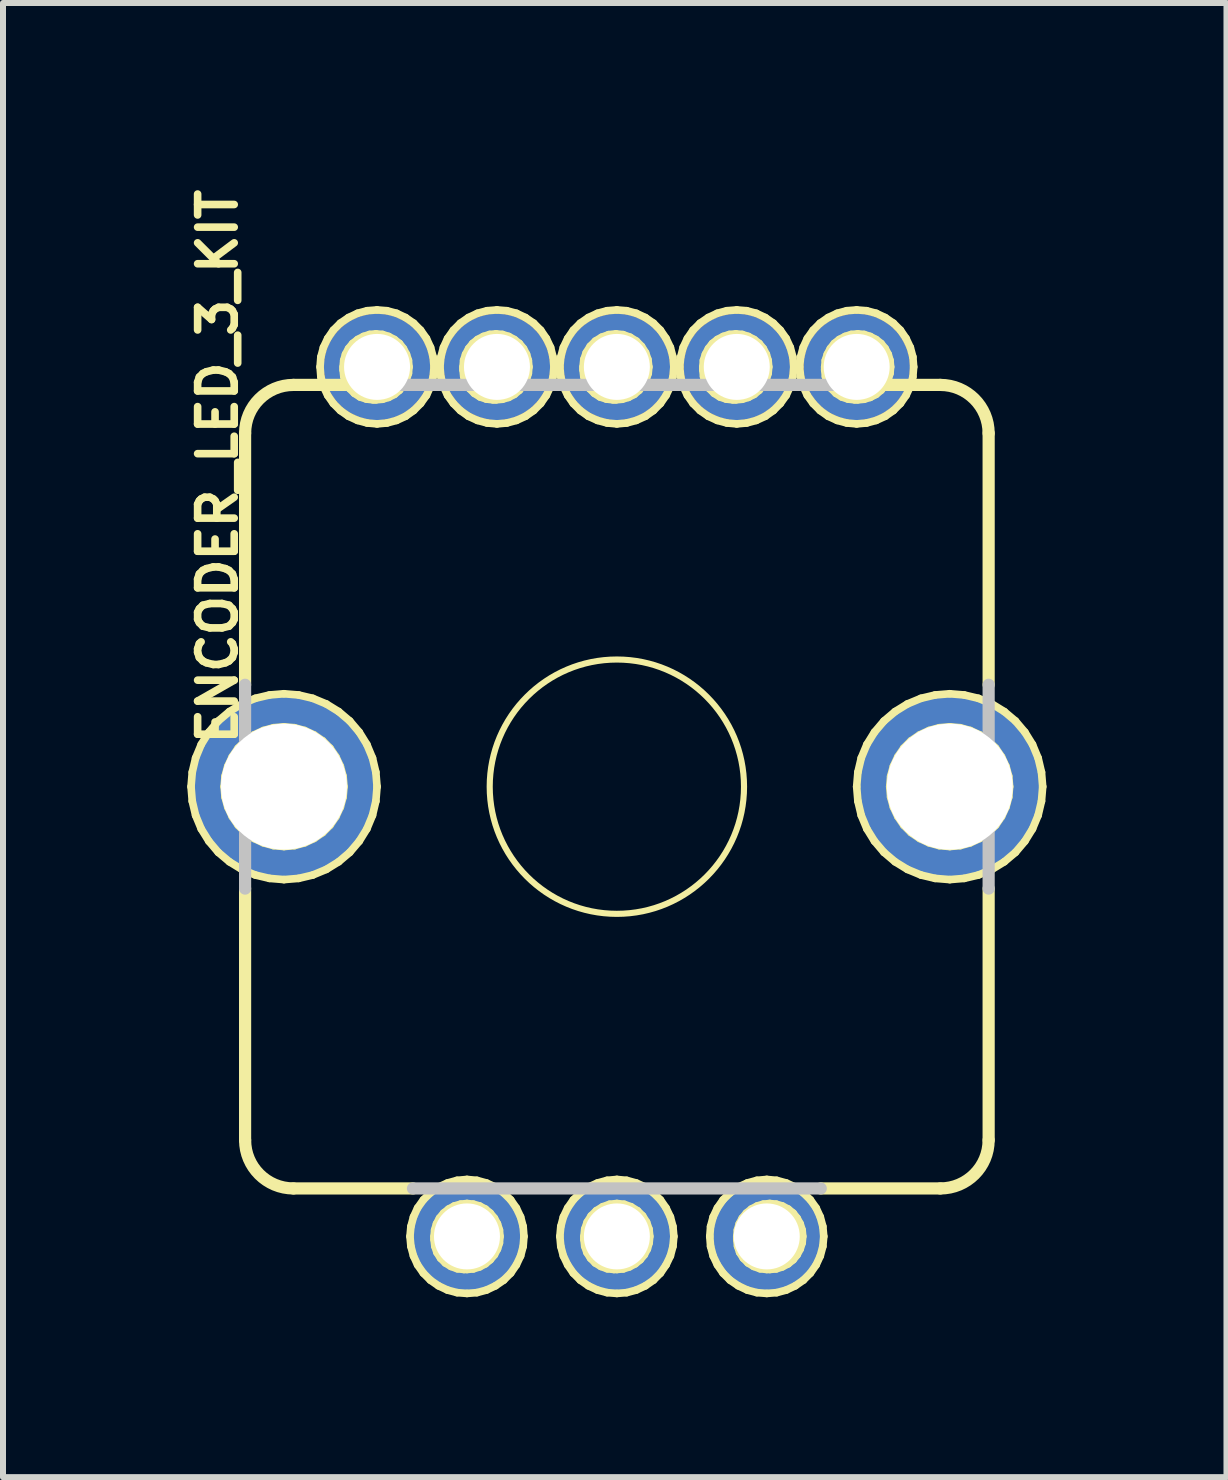
<source format=kicad_pcb>
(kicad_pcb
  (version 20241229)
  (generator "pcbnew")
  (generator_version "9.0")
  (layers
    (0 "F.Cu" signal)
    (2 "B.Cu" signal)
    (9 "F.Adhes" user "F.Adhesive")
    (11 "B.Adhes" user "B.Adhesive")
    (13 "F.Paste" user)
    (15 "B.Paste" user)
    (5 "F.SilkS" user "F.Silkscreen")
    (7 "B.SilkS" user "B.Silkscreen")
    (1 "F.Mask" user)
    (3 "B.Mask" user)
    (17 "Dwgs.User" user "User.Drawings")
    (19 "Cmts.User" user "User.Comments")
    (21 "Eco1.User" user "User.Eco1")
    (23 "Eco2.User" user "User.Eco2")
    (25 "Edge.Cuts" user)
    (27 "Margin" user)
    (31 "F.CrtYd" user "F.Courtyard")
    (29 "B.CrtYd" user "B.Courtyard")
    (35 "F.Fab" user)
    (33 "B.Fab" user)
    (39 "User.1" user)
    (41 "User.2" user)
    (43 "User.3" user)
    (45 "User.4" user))
  (footprint "ENCODER_LED_3_KIT"
    (layer "F.Cu")
    (at 7.234 10.065)
    (property "Reference" "ENCODER_LED_3_KIT" (at -6.655 -5.334 90) (layer "F.SilkS") (effects (font (size 0.61 0.61) (thickness 0.127))))
    (attr exclude_from_pos_files exclude_from_bom)
    (fp_line (start -7.099 0) (end -7.079 -0.241) (stroke (width 0.127) (type solid)) (layer "F.SilkS"))
    (fp_line (start -7.079 -0.241) (end -7.023 -0.478) (stroke (width 0.127) (type solid)) (layer "F.SilkS"))
    (fp_line (start -7.079 0.241) (end -7.099 0) (stroke (width 0.127) (type solid)) (layer "F.SilkS"))
    (fp_line (start -7.023 -0.478) (end -6.929 -0.704) (stroke (width 0.127) (type solid)) (layer "F.SilkS"))
    (fp_line (start -7.023 0.478) (end -7.079 0.241) (stroke (width 0.127) (type solid)) (layer "F.SilkS"))
    (fp_line (start -6.929 -0.704) (end -6.802 -0.909) (stroke (width 0.127) (type solid)) (layer "F.SilkS"))
    (fp_line (start -6.929 0.704) (end -7.023 0.478) (stroke (width 0.127) (type solid)) (layer "F.SilkS"))
    (fp_line (start -6.802 -0.909) (end -6.645 -1.095) (stroke (width 0.127) (type solid)) (layer "F.SilkS"))
    (fp_line (start -6.802 0.909) (end -6.929 0.704) (stroke (width 0.127) (type solid)) (layer "F.SilkS"))
    (fp_line (start -6.645 -1.095) (end -6.459 -1.252) (stroke (width 0.127) (type solid)) (layer "F.SilkS"))
    (fp_line (start -6.645 1.095) (end -6.802 0.909) (stroke (width 0.127) (type solid)) (layer "F.SilkS"))
    (fp_line (start -6.548 0) (end -6.533 0.173) (stroke (width 0.127) (type solid)) (layer "F.SilkS"))
    (fp_line (start -6.533 -0.173) (end -6.548 0) (stroke (width 0.127) (type solid)) (layer "F.SilkS"))
    (fp_line (start -6.533 0.173) (end -6.487 0.34) (stroke (width 0.127) (type solid)) (layer "F.SilkS"))
    (fp_line (start -6.487 -0.34) (end -6.533 -0.173) (stroke (width 0.127) (type solid)) (layer "F.SilkS"))
    (fp_line (start -6.487 0.34) (end -6.413 0.498) (stroke (width 0.127) (type solid)) (layer "F.SilkS"))
    (fp_line (start -6.459 -1.252) (end -6.253 -1.379) (stroke (width 0.127) (type solid)) (layer "F.SilkS"))
    (fp_line (start -6.459 1.252) (end -6.645 1.095) (stroke (width 0.127) (type solid)) (layer "F.SilkS"))
    (fp_line (start -6.413 -0.498) (end -6.487 -0.34) (stroke (width 0.127) (type solid)) (layer "F.SilkS"))
    (fp_line (start -6.413 0.498) (end -6.314 0.643) (stroke (width 0.127) (type solid)) (layer "F.SilkS"))
    (fp_line (start -6.314 -0.643) (end -6.413 -0.498) (stroke (width 0.127) (type solid)) (layer "F.SilkS"))
    (fp_line (start -6.314 0.643) (end -6.193 0.765) (stroke (width 0.127) (type solid)) (layer "F.SilkS"))
    (fp_line (start -6.253 -1.379) (end -6.027 -1.473) (stroke (width 0.127) (type solid)) (layer "F.SilkS"))
    (fp_line (start -6.253 1.379) (end -6.459 1.252) (stroke (width 0.127) (type solid)) (layer "F.SilkS"))
    (fp_line (start -6.198 -1.699) (end -6.198 -5.893) (stroke (width 0.203) (type solid)) (layer "F.SilkS"))
    (fp_line (start -6.198 1.699) (end -6.198 5.893) (stroke (width 0.203) (type solid)) (layer "F.SilkS"))
    (fp_line (start -6.193 -0.765) (end -6.314 -0.643) (stroke (width 0.127) (type solid)) (layer "F.SilkS"))
    (fp_line (start -6.193 0.765) (end -6.048 0.864) (stroke (width 0.127) (type solid)) (layer "F.SilkS"))
    (fp_line (start -6.048 -0.864) (end -6.193 -0.765) (stroke (width 0.127) (type solid)) (layer "F.SilkS"))
    (fp_line (start -6.048 0.864) (end -5.89 0.937) (stroke (width 0.127) (type solid)) (layer "F.SilkS"))
    (fp_line (start -6.027 -1.473) (end -5.791 -1.529) (stroke (width 0.127) (type solid)) (layer "F.SilkS"))
    (fp_line (start -6.027 1.473) (end -6.253 1.379) (stroke (width 0.127) (type solid)) (layer "F.SilkS"))
    (fp_line (start -5.89 -0.937) (end -6.048 -0.864) (stroke (width 0.127) (type solid)) (layer "F.SilkS"))
    (fp_line (start -5.89 0.937) (end -5.723 0.983) (stroke (width 0.127) (type solid)) (layer "F.SilkS"))
    (fp_line (start -5.791 -1.529) (end -5.55 -1.549) (stroke (width 0.127) (type solid)) (layer "F.SilkS"))
    (fp_line (start -5.791 1.529) (end -6.027 1.473) (stroke (width 0.127) (type solid)) (layer "F.SilkS"))
    (fp_line (start -5.723 -0.983) (end -5.89 -0.937) (stroke (width 0.127) (type solid)) (layer "F.SilkS"))
    (fp_line (start -5.723 0.983) (end -5.55 0.998) (stroke (width 0.127) (type solid)) (layer "F.SilkS"))
    (fp_line (start -5.55 -1.549) (end -5.306 -1.529) (stroke (width 0.127) (type solid)) (layer "F.SilkS"))
    (fp_line (start -5.55 -0.998) (end -5.723 -0.983) (stroke (width 0.127) (type solid)) (layer "F.SilkS"))
    (fp_line (start -5.55 0.998) (end -5.375 0.983) (stroke (width 0.127) (type solid)) (layer "F.SilkS"))
    (fp_line (start -5.55 1.549) (end -5.791 1.529) (stroke (width 0.127) (type solid)) (layer "F.SilkS"))
    (fp_line (start -5.392 -6.698) (end -3.899 -6.698) (stroke (width 0.203) (type solid)) (layer "F.SilkS"))
    (fp_line (start -5.392 6.698) (end -3.399 6.698) (stroke (width 0.203) (type solid)) (layer "F.SilkS"))
    (fp_line (start -5.375 -0.983) (end -5.55 -0.998) (stroke (width 0.127) (type solid)) (layer "F.SilkS"))
    (fp_line (start -5.375 0.983) (end -5.207 0.937) (stroke (width 0.127) (type solid)) (layer "F.SilkS"))
    (fp_line (start -5.306 -1.529) (end -5.07 -1.473) (stroke (width 0.127) (type solid)) (layer "F.SilkS"))
    (fp_line (start -5.306 1.529) (end -5.55 1.549) (stroke (width 0.127) (type solid)) (layer "F.SilkS"))
    (fp_line (start -5.207 -0.937) (end -5.375 -0.983) (stroke (width 0.127) (type solid)) (layer "F.SilkS"))
    (fp_line (start -5.207 0.937) (end -5.05 0.864) (stroke (width 0.127) (type solid)) (layer "F.SilkS"))
    (fp_line (start -5.07 -1.473) (end -4.844 -1.379) (stroke (width 0.127) (type solid)) (layer "F.SilkS"))
    (fp_line (start -5.07 1.473) (end -5.306 1.529) (stroke (width 0.127) (type solid)) (layer "F.SilkS"))
    (fp_line (start -5.05 -0.864) (end -5.207 -0.937) (stroke (width 0.127) (type solid)) (layer "F.SilkS"))
    (fp_line (start -5.05 0.864) (end -4.905 0.765) (stroke (width 0.127) (type solid)) (layer "F.SilkS"))
    (fp_line (start -4.948 -6.998) (end -4.935 -6.833) (stroke (width 0.127) (type solid)) (layer "F.SilkS"))
    (fp_line (start -4.935 -7.163) (end -4.948 -6.998) (stroke (width 0.127) (type solid)) (layer "F.SilkS"))
    (fp_line (start -4.935 -6.833) (end -4.892 -6.673) (stroke (width 0.127) (type solid)) (layer "F.SilkS"))
    (fp_line (start -4.905 -0.765) (end -5.05 -0.864) (stroke (width 0.127) (type solid)) (layer "F.SilkS"))
    (fp_line (start -4.905 0.765) (end -4.783 0.643) (stroke (width 0.127) (type solid)) (layer "F.SilkS"))
    (fp_line (start -4.892 -7.323) (end -4.935 -7.163) (stroke (width 0.127) (type solid)) (layer "F.SilkS"))
    (fp_line (start -4.892 -6.673) (end -4.821 -6.523) (stroke (width 0.127) (type solid)) (layer "F.SilkS"))
    (fp_line (start -4.844 -1.379) (end -4.638 -1.252) (stroke (width 0.127) (type solid)) (layer "F.SilkS"))
    (fp_line (start -4.844 1.379) (end -5.07 1.473) (stroke (width 0.127) (type solid)) (layer "F.SilkS"))
    (fp_line (start -4.821 -7.473) (end -4.892 -7.323) (stroke (width 0.127) (type solid)) (layer "F.SilkS"))
    (fp_line (start -4.821 -6.523) (end -4.727 -6.388) (stroke (width 0.127) (type solid)) (layer "F.SilkS"))
    (fp_line (start -4.783 -0.643) (end -4.905 -0.765) (stroke (width 0.127) (type solid)) (layer "F.SilkS"))
    (fp_line (start -4.783 0.643) (end -4.684 0.498) (stroke (width 0.127) (type solid)) (layer "F.SilkS"))
    (fp_line (start -4.727 -7.61) (end -4.821 -7.473) (stroke (width 0.127) (type solid)) (layer "F.SilkS"))
    (fp_line (start -4.727 -6.388) (end -4.61 -6.271) (stroke (width 0.127) (type solid)) (layer "F.SilkS"))
    (fp_line (start -4.684 -0.498) (end -4.783 -0.643) (stroke (width 0.127) (type solid)) (layer "F.SilkS"))
    (fp_line (start -4.684 0.498) (end -4.61 0.34) (stroke (width 0.127) (type solid)) (layer "F.SilkS"))
    (fp_line (start -4.638 -1.252) (end -4.453 -1.095) (stroke (width 0.127) (type solid)) (layer "F.SilkS"))
    (fp_line (start -4.638 1.252) (end -4.844 1.379) (stroke (width 0.127) (type solid)) (layer "F.SilkS"))
    (fp_line (start -4.61 -7.727) (end -4.727 -7.61) (stroke (width 0.127) (type solid)) (layer "F.SilkS"))
    (fp_line (start -4.61 -6.271) (end -4.473 -6.175) (stroke (width 0.127) (type solid)) (layer "F.SilkS"))
    (fp_line (start -4.61 -0.34) (end -4.684 -0.498) (stroke (width 0.127) (type solid)) (layer "F.SilkS"))
    (fp_line (start -4.61 0.34) (end -4.564 0.173) (stroke (width 0.127) (type solid)) (layer "F.SilkS"))
    (fp_line (start -4.564 -6.998) (end -4.564 -6.949) (stroke (width 0.127) (type solid)) (layer "F.SilkS"))
    (fp_line (start -4.564 -6.949) (end -4.552 -6.838) (stroke (width 0.127) (type solid)) (layer "F.SilkS"))
    (fp_line (start -4.564 -0.173) (end -4.61 -0.34) (stroke (width 0.127) (type solid)) (layer "F.SilkS"))
    (fp_line (start -4.564 0.173) (end -4.549 0) (stroke (width 0.127) (type solid)) (layer "F.SilkS"))
    (fp_line (start -4.554 -7.107) (end -4.564 -6.998) (stroke (width 0.127) (type solid)) (layer "F.SilkS"))
    (fp_line (start -4.552 -6.838) (end -4.516 -6.731) (stroke (width 0.127) (type solid)) (layer "F.SilkS"))
    (fp_line (start -4.549 0) (end -4.564 -0.173) (stroke (width 0.127) (type solid)) (layer "F.SilkS"))
    (fp_line (start -4.524 -7.209) (end -4.554 -7.107) (stroke (width 0.127) (type solid)) (layer "F.SilkS"))
    (fp_line (start -4.516 -6.731) (end -4.455 -6.637) (stroke (width 0.127) (type solid)) (layer "F.SilkS"))
    (fp_line (start -4.473 -7.821) (end -4.61 -7.727) (stroke (width 0.127) (type solid)) (layer "F.SilkS"))
    (fp_line (start -4.473 -7.305) (end -4.524 -7.209) (stroke (width 0.127) (type solid)) (layer "F.SilkS"))
    (fp_line (start -4.473 -6.175) (end -4.323 -6.106) (stroke (width 0.127) (type solid)) (layer "F.SilkS"))
    (fp_line (start -4.455 -6.637) (end -4.376 -6.558) (stroke (width 0.127) (type solid)) (layer "F.SilkS"))
    (fp_line (start -4.453 -1.095) (end -4.295 -0.909) (stroke (width 0.127) (type solid)) (layer "F.SilkS"))
    (fp_line (start -4.453 1.095) (end -4.638 1.252) (stroke (width 0.127) (type solid)) (layer "F.SilkS"))
    (fp_line (start -4.404 -7.389) (end -4.473 -7.305) (stroke (width 0.127) (type solid)) (layer "F.SilkS"))
    (fp_line (start -4.376 -6.558) (end -4.282 -6.497) (stroke (width 0.127) (type solid)) (layer "F.SilkS"))
    (fp_line (start -4.323 -7.892) (end -4.473 -7.821) (stroke (width 0.127) (type solid)) (layer "F.SilkS"))
    (fp_line (start -4.323 -6.106) (end -4.163 -6.063) (stroke (width 0.127) (type solid)) (layer "F.SilkS"))
    (fp_line (start -4.321 -7.455) (end -4.404 -7.389) (stroke (width 0.127) (type solid)) (layer "F.SilkS"))
    (fp_line (start -4.295 -0.909) (end -4.168 -0.704) (stroke (width 0.127) (type solid)) (layer "F.SilkS"))
    (fp_line (start -4.295 0.909) (end -4.453 1.095) (stroke (width 0.127) (type solid)) (layer "F.SilkS"))
    (fp_line (start -4.282 -6.497) (end -4.176 -6.462) (stroke (width 0.127) (type solid)) (layer "F.SilkS"))
    (fp_line (start -4.224 -7.506) (end -4.321 -7.455) (stroke (width 0.127) (type solid)) (layer "F.SilkS"))
    (fp_line (start -4.176 -6.462) (end -4.064 -6.449) (stroke (width 0.127) (type solid)) (layer "F.SilkS"))
    (fp_line (start -4.168 -0.704) (end -4.074 -0.478) (stroke (width 0.127) (type solid)) (layer "F.SilkS"))
    (fp_line (start -4.168 0.704) (end -4.295 0.909) (stroke (width 0.127) (type solid)) (layer "F.SilkS"))
    (fp_line (start -4.163 -7.935) (end -4.323 -7.892) (stroke (width 0.127) (type solid)) (layer "F.SilkS"))
    (fp_line (start -4.163 -6.063) (end -3.998 -6.048) (stroke (width 0.127) (type solid)) (layer "F.SilkS"))
    (fp_line (start -4.122 -7.539) (end -4.224 -7.506) (stroke (width 0.127) (type solid)) (layer "F.SilkS"))
    (fp_line (start -4.074 -0.478) (end -4.018 -0.241) (stroke (width 0.127) (type solid)) (layer "F.SilkS"))
    (fp_line (start -4.074 0.478) (end -4.168 0.704) (stroke (width 0.127) (type solid)) (layer "F.SilkS"))
    (fp_line (start -4.064 -6.449) (end -4.016 -6.449) (stroke (width 0.127) (type solid)) (layer "F.SilkS"))
    (fp_line (start -4.018 -0.241) (end -3.998 0) (stroke (width 0.127) (type solid)) (layer "F.SilkS"))
    (fp_line (start -4.018 0.241) (end -4.074 0.478) (stroke (width 0.127) (type solid)) (layer "F.SilkS"))
    (fp_line (start -4.016 -7.549) (end -4.122 -7.539) (stroke (width 0.127) (type solid)) (layer "F.SilkS"))
    (fp_line (start -4.016 -6.449) (end -3.907 -6.459) (stroke (width 0.127) (type solid)) (layer "F.SilkS"))
    (fp_line (start -3.998 -7.948) (end -4.163 -7.935) (stroke (width 0.127) (type solid)) (layer "F.SilkS"))
    (fp_line (start -3.998 -6.048) (end -3.833 -6.063) (stroke (width 0.127) (type solid)) (layer "F.SilkS"))
    (fp_line (start -3.998 0) (end -4.018 0.241) (stroke (width 0.127) (type solid)) (layer "F.SilkS"))
    (fp_line (start -3.907 -7.539) (end -4.016 -7.549) (stroke (width 0.127) (type solid)) (layer "F.SilkS"))
    (fp_line (start -3.907 -6.459) (end -3.805 -6.49) (stroke (width 0.127) (type solid)) (layer "F.SilkS"))
    (fp_line (start -3.833 -7.935) (end -3.998 -7.948) (stroke (width 0.127) (type solid)) (layer "F.SilkS"))
    (fp_line (start -3.833 -6.063) (end -3.673 -6.106) (stroke (width 0.127) (type solid)) (layer "F.SilkS"))
    (fp_line (start -3.805 -7.506) (end -3.907 -7.539) (stroke (width 0.127) (type solid)) (layer "F.SilkS"))
    (fp_line (start -3.805 -6.49) (end -3.708 -6.54) (stroke (width 0.127) (type solid)) (layer "F.SilkS"))
    (fp_line (start -3.708 -7.455) (end -3.805 -7.506) (stroke (width 0.127) (type solid)) (layer "F.SilkS"))
    (fp_line (start -3.708 -6.54) (end -3.625 -6.609) (stroke (width 0.127) (type solid)) (layer "F.SilkS"))
    (fp_line (start -3.673 -7.892) (end -3.833 -7.935) (stroke (width 0.127) (type solid)) (layer "F.SilkS"))
    (fp_line (start -3.673 -6.106) (end -3.523 -6.175) (stroke (width 0.127) (type solid)) (layer "F.SilkS"))
    (fp_line (start -3.625 -7.389) (end -3.708 -7.455) (stroke (width 0.127) (type solid)) (layer "F.SilkS"))
    (fp_line (start -3.625 -6.609) (end -3.559 -6.693) (stroke (width 0.127) (type solid)) (layer "F.SilkS"))
    (fp_line (start -3.559 -7.305) (end -3.625 -7.389) (stroke (width 0.127) (type solid)) (layer "F.SilkS"))
    (fp_line (start -3.559 -6.693) (end -3.508 -6.789) (stroke (width 0.127) (type solid)) (layer "F.SilkS"))
    (fp_line (start -3.523 -7.821) (end -3.673 -7.892) (stroke (width 0.127) (type solid)) (layer "F.SilkS"))
    (fp_line (start -3.523 -6.175) (end -3.388 -6.271) (stroke (width 0.127) (type solid)) (layer "F.SilkS"))
    (fp_line (start -3.508 -7.209) (end -3.559 -7.305) (stroke (width 0.127) (type solid)) (layer "F.SilkS"))
    (fp_line (start -3.508 -6.789) (end -3.475 -6.891) (stroke (width 0.127) (type solid)) (layer "F.SilkS"))
    (fp_line (start -3.475 -7.107) (end -3.508 -7.209) (stroke (width 0.127) (type solid)) (layer "F.SilkS"))
    (fp_line (start -3.475 -6.891) (end -3.465 -6.998) (stroke (width 0.127) (type solid)) (layer "F.SilkS"))
    (fp_line (start -3.465 -6.998) (end -3.475 -7.107) (stroke (width 0.127) (type solid)) (layer "F.SilkS"))
    (fp_line (start -3.449 7.498) (end -3.434 7.663) (stroke (width 0.127) (type solid)) (layer "F.SilkS"))
    (fp_line (start -3.434 7.333) (end -3.449 7.498) (stroke (width 0.127) (type solid)) (layer "F.SilkS"))
    (fp_line (start -3.434 7.663) (end -3.391 7.823) (stroke (width 0.127) (type solid)) (layer "F.SilkS"))
    (fp_line (start -3.391 7.173) (end -3.434 7.333) (stroke (width 0.127) (type solid)) (layer "F.SilkS"))
    (fp_line (start -3.391 7.823) (end -3.322 7.973) (stroke (width 0.127) (type solid)) (layer "F.SilkS"))
    (fp_line (start -3.388 -7.727) (end -3.523 -7.821) (stroke (width 0.127) (type solid)) (layer "F.SilkS"))
    (fp_line (start -3.388 -6.271) (end -3.272 -6.388) (stroke (width 0.127) (type solid)) (layer "F.SilkS"))
    (fp_line (start -3.322 7.023) (end -3.391 7.173) (stroke (width 0.127) (type solid)) (layer "F.SilkS"))
    (fp_line (start -3.322 7.973) (end -3.226 8.11) (stroke (width 0.127) (type solid)) (layer "F.SilkS"))
    (fp_line (start -3.272 -7.61) (end -3.388 -7.727) (stroke (width 0.127) (type solid)) (layer "F.SilkS"))
    (fp_line (start -3.272 -6.388) (end -3.175 -6.523) (stroke (width 0.127) (type solid)) (layer "F.SilkS"))
    (fp_line (start -3.226 6.888) (end -3.322 7.023) (stroke (width 0.127) (type solid)) (layer "F.SilkS"))
    (fp_line (start -3.226 8.11) (end -3.109 8.227) (stroke (width 0.127) (type solid)) (layer "F.SilkS"))
    (fp_line (start -3.175 -7.473) (end -3.272 -7.61) (stroke (width 0.127) (type solid)) (layer "F.SilkS"))
    (fp_line (start -3.175 -6.523) (end -3.106 -6.673) (stroke (width 0.127) (type solid)) (layer "F.SilkS"))
    (fp_line (start -3.109 6.772) (end -3.226 6.888) (stroke (width 0.127) (type solid)) (layer "F.SilkS"))
    (fp_line (start -3.109 8.227) (end -2.974 8.321) (stroke (width 0.127) (type solid)) (layer "F.SilkS"))
    (fp_line (start -3.106 -7.323) (end -3.175 -7.473) (stroke (width 0.127) (type solid)) (layer "F.SilkS"))
    (fp_line (start -3.106 -6.673) (end -3.063 -6.833) (stroke (width 0.127) (type solid)) (layer "F.SilkS"))
    (fp_line (start -3.063 -7.163) (end -3.106 -7.323) (stroke (width 0.127) (type solid)) (layer "F.SilkS"))
    (fp_line (start -3.063 -6.833) (end -3.048 -6.998) (stroke (width 0.127) (type solid)) (layer "F.SilkS"))
    (fp_line (start -3.048 -6.998) (end -3.063 -7.163) (stroke (width 0.127) (type solid)) (layer "F.SilkS"))
    (fp_line (start -3.048 7.498) (end -3.048 7.549) (stroke (width 0.127) (type solid)) (layer "F.SilkS"))
    (fp_line (start -3.048 7.549) (end -3.035 7.661) (stroke (width 0.127) (type solid)) (layer "F.SilkS"))
    (fp_line (start -3.038 7.391) (end -3.048 7.498) (stroke (width 0.127) (type solid)) (layer "F.SilkS"))
    (fp_line (start -3.035 7.661) (end -3 7.765) (stroke (width 0.127) (type solid)) (layer "F.SilkS"))
    (fp_line (start -3.007 7.287) (end -3.038 7.391) (stroke (width 0.127) (type solid)) (layer "F.SilkS"))
    (fp_line (start -3 7.765) (end -2.939 7.861) (stroke (width 0.127) (type solid)) (layer "F.SilkS"))
    (fp_line (start -2.974 6.675) (end -3.109 6.772) (stroke (width 0.127) (type solid)) (layer "F.SilkS"))
    (fp_line (start -2.974 8.321) (end -2.824 8.392) (stroke (width 0.127) (type solid)) (layer "F.SilkS"))
    (fp_line (start -2.957 7.193) (end -3.007 7.287) (stroke (width 0.127) (type solid)) (layer "F.SilkS"))
    (fp_line (start -2.949 -6.998) (end -2.934 -6.833) (stroke (width 0.127) (type solid)) (layer "F.SilkS"))
    (fp_line (start -2.939 7.861) (end -2.86 7.94) (stroke (width 0.127) (type solid)) (layer "F.SilkS"))
    (fp_line (start -2.934 -7.163) (end -2.949 -6.998) (stroke (width 0.127) (type solid)) (layer "F.SilkS"))
    (fp_line (start -2.934 -6.833) (end -2.891 -6.673) (stroke (width 0.127) (type solid)) (layer "F.SilkS"))
    (fp_line (start -2.891 -7.323) (end -2.934 -7.163) (stroke (width 0.127) (type solid)) (layer "F.SilkS"))
    (fp_line (start -2.891 -6.673) (end -2.822 -6.523) (stroke (width 0.127) (type solid)) (layer "F.SilkS"))
    (fp_line (start -2.888 7.109) (end -2.957 7.193) (stroke (width 0.127) (type solid)) (layer "F.SilkS"))
    (fp_line (start -2.86 7.94) (end -2.766 7.998) (stroke (width 0.127) (type solid)) (layer "F.SilkS"))
    (fp_line (start -2.824 6.607) (end -2.974 6.675) (stroke (width 0.127) (type solid)) (layer "F.SilkS"))
    (fp_line (start -2.824 8.392) (end -2.664 8.435) (stroke (width 0.127) (type solid)) (layer "F.SilkS"))
    (fp_line (start -2.822 -7.473) (end -2.891 -7.323) (stroke (width 0.127) (type solid)) (layer "F.SilkS"))
    (fp_line (start -2.822 -6.523) (end -2.725 -6.388) (stroke (width 0.127) (type solid)) (layer "F.SilkS"))
    (fp_line (start -2.804 7.041) (end -2.888 7.109) (stroke (width 0.127) (type solid)) (layer "F.SilkS"))
    (fp_line (start -2.766 7.998) (end -2.659 8.037) (stroke (width 0.127) (type solid)) (layer "F.SilkS"))
    (fp_line (start -2.725 -7.61) (end -2.822 -7.473) (stroke (width 0.127) (type solid)) (layer "F.SilkS"))
    (fp_line (start -2.725 -6.388) (end -2.609 -6.271) (stroke (width 0.127) (type solid)) (layer "F.SilkS"))
    (fp_line (start -2.71 6.99) (end -2.804 7.041) (stroke (width 0.127) (type solid)) (layer "F.SilkS"))
    (fp_line (start -2.664 6.563) (end -2.824 6.607) (stroke (width 0.127) (type solid)) (layer "F.SilkS"))
    (fp_line (start -2.664 8.435) (end -2.499 8.448) (stroke (width 0.127) (type solid)) (layer "F.SilkS"))
    (fp_line (start -2.659 8.037) (end -2.548 8.049) (stroke (width 0.127) (type solid)) (layer "F.SilkS"))
    (fp_line (start -2.609 -7.727) (end -2.725 -7.61) (stroke (width 0.127) (type solid)) (layer "F.SilkS"))
    (fp_line (start -2.609 -6.271) (end -2.474 -6.175) (stroke (width 0.127) (type solid)) (layer "F.SilkS"))
    (fp_line (start -2.606 6.96) (end -2.71 6.99) (stroke (width 0.127) (type solid)) (layer "F.SilkS"))
    (fp_line (start -2.565 -6.998) (end -2.565 -6.949) (stroke (width 0.127) (type solid)) (layer "F.SilkS"))
    (fp_line (start -2.565 -6.949) (end -2.553 -6.838) (stroke (width 0.127) (type solid)) (layer "F.SilkS"))
    (fp_line (start -2.555 -7.107) (end -2.565 -6.998) (stroke (width 0.127) (type solid)) (layer "F.SilkS"))
    (fp_line (start -2.553 -6.838) (end -2.515 -6.731) (stroke (width 0.127) (type solid)) (layer "F.SilkS"))
    (fp_line (start -2.548 8.049) (end -2.499 8.049) (stroke (width 0.127) (type solid)) (layer "F.SilkS"))
    (fp_line (start -2.522 -7.209) (end -2.555 -7.107) (stroke (width 0.127) (type solid)) (layer "F.SilkS"))
    (fp_line (start -2.515 -6.731) (end -2.456 -6.637) (stroke (width 0.127) (type solid)) (layer "F.SilkS"))
    (fp_line (start -2.499 6.548) (end -2.664 6.563) (stroke (width 0.127) (type solid)) (layer "F.SilkS"))
    (fp_line (start -2.499 6.949) (end -2.606 6.96) (stroke (width 0.127) (type solid)) (layer "F.SilkS"))
    (fp_line (start -2.499 8.049) (end -2.393 8.039) (stroke (width 0.127) (type solid)) (layer "F.SilkS"))
    (fp_line (start -2.499 8.448) (end -2.334 8.435) (stroke (width 0.127) (type solid)) (layer "F.SilkS"))
    (fp_line (start -2.474 -7.821) (end -2.609 -7.727) (stroke (width 0.127) (type solid)) (layer "F.SilkS"))
    (fp_line (start -2.474 -6.175) (end -2.324 -6.106) (stroke (width 0.127) (type solid)) (layer "F.SilkS"))
    (fp_line (start -2.471 -7.305) (end -2.522 -7.209) (stroke (width 0.127) (type solid)) (layer "F.SilkS"))
    (fp_line (start -2.456 -6.637) (end -2.377 -6.558) (stroke (width 0.127) (type solid)) (layer "F.SilkS"))
    (fp_line (start -2.403 -7.389) (end -2.471 -7.305) (stroke (width 0.127) (type solid)) (layer "F.SilkS"))
    (fp_line (start -2.393 6.96) (end -2.499 6.949) (stroke (width 0.127) (type solid)) (layer "F.SilkS"))
    (fp_line (start -2.393 8.039) (end -2.289 8.006) (stroke (width 0.127) (type solid)) (layer "F.SilkS"))
    (fp_line (start -2.377 -6.558) (end -2.281 -6.497) (stroke (width 0.127) (type solid)) (layer "F.SilkS"))
    (fp_line (start -2.334 6.563) (end -2.499 6.548) (stroke (width 0.127) (type solid)) (layer "F.SilkS"))
    (fp_line (start -2.334 8.435) (end -2.174 8.392) (stroke (width 0.127) (type solid)) (layer "F.SilkS"))
    (fp_line (start -2.324 -7.892) (end -2.474 -7.821) (stroke (width 0.127) (type solid)) (layer "F.SilkS"))
    (fp_line (start -2.324 -6.106) (end -2.164 -6.063) (stroke (width 0.127) (type solid)) (layer "F.SilkS"))
    (fp_line (start -2.322 -7.455) (end -2.403 -7.389) (stroke (width 0.127) (type solid)) (layer "F.SilkS"))
    (fp_line (start -2.289 6.99) (end -2.393 6.96) (stroke (width 0.127) (type solid)) (layer "F.SilkS"))
    (fp_line (start -2.289 8.006) (end -2.192 7.955) (stroke (width 0.127) (type solid)) (layer "F.SilkS"))
    (fp_line (start -2.281 -6.497) (end -2.177 -6.462) (stroke (width 0.127) (type solid)) (layer "F.SilkS"))
    (fp_line (start -2.225 -7.506) (end -2.322 -7.455) (stroke (width 0.127) (type solid)) (layer "F.SilkS"))
    (fp_line (start -2.192 7.041) (end -2.289 6.99) (stroke (width 0.127) (type solid)) (layer "F.SilkS"))
    (fp_line (start -2.192 7.955) (end -2.111 7.887) (stroke (width 0.127) (type solid)) (layer "F.SilkS"))
    (fp_line (start -2.177 -6.462) (end -2.065 -6.449) (stroke (width 0.127) (type solid)) (layer "F.SilkS"))
    (fp_line (start -2.174 6.607) (end -2.334 6.563) (stroke (width 0.127) (type solid)) (layer "F.SilkS"))
    (fp_line (start -2.174 8.392) (end -2.024 8.321) (stroke (width 0.127) (type solid)) (layer "F.SilkS"))
    (fp_line (start -2.164 -7.935) (end -2.324 -7.892) (stroke (width 0.127) (type solid)) (layer "F.SilkS"))
    (fp_line (start -2.164 -6.063) (end -1.999 -6.048) (stroke (width 0.127) (type solid)) (layer "F.SilkS"))
    (fp_line (start -2.121 -7.539) (end -2.225 -7.506) (stroke (width 0.127) (type solid)) (layer "F.SilkS"))
    (fp_line (start -2.111 7.109) (end -2.192 7.041) (stroke (width 0.127) (type solid)) (layer "F.SilkS"))
    (fp_line (start -2.111 7.887) (end -2.042 7.805) (stroke (width 0.127) (type solid)) (layer "F.SilkS"))
    (fp_line (start -2.065 -6.449) (end -2.014 -6.449) (stroke (width 0.127) (type solid)) (layer "F.SilkS"))
    (fp_line (start -2.042 7.193) (end -2.111 7.109) (stroke (width 0.127) (type solid)) (layer "F.SilkS"))
    (fp_line (start -2.042 7.805) (end -1.991 7.709) (stroke (width 0.127) (type solid)) (layer "F.SilkS"))
    (fp_line (start -2.024 6.675) (end -2.174 6.607) (stroke (width 0.127) (type solid)) (layer "F.SilkS"))
    (fp_line (start -2.024 8.321) (end -1.887 8.227) (stroke (width 0.127) (type solid)) (layer "F.SilkS"))
    (fp_line (start -2.014 -7.549) (end -2.121 -7.539) (stroke (width 0.127) (type solid)) (layer "F.SilkS"))
    (fp_line (start -2.014 -6.449) (end -1.908 -6.459) (stroke (width 0.127) (type solid)) (layer "F.SilkS"))
    (fp_line (start -1.999 -7.948) (end -2.164 -7.935) (stroke (width 0.127) (type solid)) (layer "F.SilkS"))
    (fp_line (start -1.999 -6.048) (end -1.834 -6.063) (stroke (width 0.127) (type solid)) (layer "F.SilkS"))
    (fp_line (start -1.991 7.287) (end -2.042 7.193) (stroke (width 0.127) (type solid)) (layer "F.SilkS"))
    (fp_line (start -1.991 7.709) (end -1.958 7.607) (stroke (width 0.127) (type solid)) (layer "F.SilkS"))
    (fp_line (start -1.958 7.391) (end -1.991 7.287) (stroke (width 0.127) (type solid)) (layer "F.SilkS"))
    (fp_line (start -1.958 7.607) (end -1.948 7.498) (stroke (width 0.127) (type solid)) (layer "F.SilkS"))
    (fp_line (start -1.948 7.498) (end -1.958 7.391) (stroke (width 0.127) (type solid)) (layer "F.SilkS"))
    (fp_line (start -1.908 -7.539) (end -2.014 -7.549) (stroke (width 0.127) (type solid)) (layer "F.SilkS"))
    (fp_line (start -1.908 -6.459) (end -1.803 -6.49) (stroke (width 0.127) (type solid)) (layer "F.SilkS"))
    (fp_line (start -1.887 6.772) (end -2.024 6.675) (stroke (width 0.127) (type solid)) (layer "F.SilkS"))
    (fp_line (start -1.887 8.227) (end -1.77 8.11) (stroke (width 0.127) (type solid)) (layer "F.SilkS"))
    (fp_line (start -1.834 -7.935) (end -1.999 -7.948) (stroke (width 0.127) (type solid)) (layer "F.SilkS"))
    (fp_line (start -1.834 -6.063) (end -1.674 -6.106) (stroke (width 0.127) (type solid)) (layer "F.SilkS"))
    (fp_line (start -1.803 -7.506) (end -1.908 -7.539) (stroke (width 0.127) (type solid)) (layer "F.SilkS"))
    (fp_line (start -1.803 -6.49) (end -1.709 -6.54) (stroke (width 0.127) (type solid)) (layer "F.SilkS"))
    (fp_line (start -1.77 6.888) (end -1.887 6.772) (stroke (width 0.127) (type solid)) (layer "F.SilkS"))
    (fp_line (start -1.77 8.11) (end -1.676 7.973) (stroke (width 0.127) (type solid)) (layer "F.SilkS"))
    (fp_line (start -1.709 -7.455) (end -1.803 -7.506) (stroke (width 0.127) (type solid)) (layer "F.SilkS"))
    (fp_line (start -1.709 -6.54) (end -1.626 -6.609) (stroke (width 0.127) (type solid)) (layer "F.SilkS"))
    (fp_line (start -1.676 7.023) (end -1.77 6.888) (stroke (width 0.127) (type solid)) (layer "F.SilkS"))
    (fp_line (start -1.676 7.973) (end -1.605 7.823) (stroke (width 0.127) (type solid)) (layer "F.SilkS"))
    (fp_line (start -1.674 -7.892) (end -1.834 -7.935) (stroke (width 0.127) (type solid)) (layer "F.SilkS"))
    (fp_line (start -1.674 -6.106) (end -1.524 -6.175) (stroke (width 0.127) (type solid)) (layer "F.SilkS"))
    (fp_line (start -1.626 -7.389) (end -1.709 -7.455) (stroke (width 0.127) (type solid)) (layer "F.SilkS"))
    (fp_line (start -1.626 -6.609) (end -1.557 -6.693) (stroke (width 0.127) (type solid)) (layer "F.SilkS"))
    (fp_line (start -1.605 7.173) (end -1.676 7.023) (stroke (width 0.127) (type solid)) (layer "F.SilkS"))
    (fp_line (start -1.605 7.823) (end -1.562 7.663) (stroke (width 0.127) (type solid)) (layer "F.SilkS"))
    (fp_line (start -1.562 7.333) (end -1.605 7.173) (stroke (width 0.127) (type solid)) (layer "F.SilkS"))
    (fp_line (start -1.562 7.663) (end -1.549 7.498) (stroke (width 0.127) (type solid)) (layer "F.SilkS"))
    (fp_line (start -1.557 -7.305) (end -1.626 -7.389) (stroke (width 0.127) (type solid)) (layer "F.SilkS"))
    (fp_line (start -1.557 -6.693) (end -1.506 -6.789) (stroke (width 0.127) (type solid)) (layer "F.SilkS"))
    (fp_line (start -1.549 7.498) (end -1.562 7.333) (stroke (width 0.127) (type solid)) (layer "F.SilkS"))
    (fp_line (start -1.524 -7.821) (end -1.674 -7.892) (stroke (width 0.127) (type solid)) (layer "F.SilkS"))
    (fp_line (start -1.524 -6.175) (end -1.387 -6.271) (stroke (width 0.127) (type solid)) (layer "F.SilkS"))
    (fp_line (start -1.506 -7.209) (end -1.557 -7.305) (stroke (width 0.127) (type solid)) (layer "F.SilkS"))
    (fp_line (start -1.506 -6.789) (end -1.476 -6.891) (stroke (width 0.127) (type solid)) (layer "F.SilkS"))
    (fp_line (start -1.476 -7.107) (end -1.506 -7.209) (stroke (width 0.127) (type solid)) (layer "F.SilkS"))
    (fp_line (start -1.476 -6.891) (end -1.466 -6.998) (stroke (width 0.127) (type solid)) (layer "F.SilkS"))
    (fp_line (start -1.466 -6.998) (end -1.476 -7.107) (stroke (width 0.127) (type solid)) (layer "F.SilkS"))
    (fp_line (start -1.387 -7.727) (end -1.524 -7.821) (stroke (width 0.127) (type solid)) (layer "F.SilkS"))
    (fp_line (start -1.387 -6.271) (end -1.27 -6.388) (stroke (width 0.127) (type solid)) (layer "F.SilkS"))
    (fp_line (start -1.27 -7.61) (end -1.387 -7.727) (stroke (width 0.127) (type solid)) (layer "F.SilkS"))
    (fp_line (start -1.27 -6.388) (end -1.176 -6.523) (stroke (width 0.127) (type solid)) (layer "F.SilkS"))
    (fp_line (start -1.176 -7.473) (end -1.27 -7.61) (stroke (width 0.127) (type solid)) (layer "F.SilkS"))
    (fp_line (start -1.176 -6.523) (end -1.105 -6.673) (stroke (width 0.127) (type solid)) (layer "F.SilkS"))
    (fp_line (start -1.105 -7.323) (end -1.176 -7.473) (stroke (width 0.127) (type solid)) (layer "F.SilkS"))
    (fp_line (start -1.105 -6.673) (end -1.064 -6.833) (stroke (width 0.127) (type solid)) (layer "F.SilkS"))
    (fp_line (start -1.064 -7.163) (end -1.105 -7.323) (stroke (width 0.127) (type solid)) (layer "F.SilkS"))
    (fp_line (start -1.064 -6.833) (end -1.049 -6.998) (stroke (width 0.127) (type solid)) (layer "F.SilkS"))
    (fp_line (start -1.049 -6.998) (end -1.064 -7.163) (stroke (width 0.127) (type solid)) (layer "F.SilkS"))
    (fp_line (start -0.95 -6.998) (end -0.935 -6.833) (stroke (width 0.127) (type solid)) (layer "F.SilkS"))
    (fp_line (start -0.95 7.498) (end -0.935 7.663) (stroke (width 0.127) (type solid)) (layer "F.SilkS"))
    (fp_line (start -0.935 -7.163) (end -0.95 -6.998) (stroke (width 0.127) (type solid)) (layer "F.SilkS"))
    (fp_line (start -0.935 -6.833) (end -0.892 -6.673) (stroke (width 0.127) (type solid)) (layer "F.SilkS"))
    (fp_line (start -0.935 7.333) (end -0.95 7.498) (stroke (width 0.127) (type solid)) (layer "F.SilkS"))
    (fp_line (start -0.935 7.663) (end -0.892 7.823) (stroke (width 0.127) (type solid)) (layer "F.SilkS"))
    (fp_line (start -0.892 -7.323) (end -0.935 -7.163) (stroke (width 0.127) (type solid)) (layer "F.SilkS"))
    (fp_line (start -0.892 -6.673) (end -0.82 -6.523) (stroke (width 0.127) (type solid)) (layer "F.SilkS"))
    (fp_line (start -0.892 7.173) (end -0.935 7.333) (stroke (width 0.127) (type solid)) (layer "F.SilkS"))
    (fp_line (start -0.892 7.823) (end -0.82 7.973) (stroke (width 0.127) (type solid)) (layer "F.SilkS"))
    (fp_line (start -0.82 -7.473) (end -0.892 -7.323) (stroke (width 0.127) (type solid)) (layer "F.SilkS"))
    (fp_line (start -0.82 -6.523) (end -0.726 -6.388) (stroke (width 0.127) (type solid)) (layer "F.SilkS"))
    (fp_line (start -0.82 7.023) (end -0.892 7.173) (stroke (width 0.127) (type solid)) (layer "F.SilkS"))
    (fp_line (start -0.82 7.973) (end -0.726 8.11) (stroke (width 0.127) (type solid)) (layer "F.SilkS"))
    (fp_line (start -0.726 -7.61) (end -0.82 -7.473) (stroke (width 0.127) (type solid)) (layer "F.SilkS"))
    (fp_line (start -0.726 -6.388) (end -0.61 -6.271) (stroke (width 0.127) (type solid)) (layer "F.SilkS"))
    (fp_line (start -0.726 6.888) (end -0.82 7.023) (stroke (width 0.127) (type solid)) (layer "F.SilkS"))
    (fp_line (start -0.726 8.11) (end -0.61 8.227) (stroke (width 0.127) (type solid)) (layer "F.SilkS"))
    (fp_line (start -0.61 -7.727) (end -0.726 -7.61) (stroke (width 0.127) (type solid)) (layer "F.SilkS"))
    (fp_line (start -0.61 -6.271) (end -0.475 -6.175) (stroke (width 0.127) (type solid)) (layer "F.SilkS"))
    (fp_line (start -0.61 6.772) (end -0.726 6.888) (stroke (width 0.127) (type solid)) (layer "F.SilkS"))
    (fp_line (start -0.61 8.227) (end -0.475 8.321) (stroke (width 0.127) (type solid)) (layer "F.SilkS"))
    (fp_line (start -0.564 -6.998) (end -0.564 -6.949) (stroke (width 0.127) (type solid)) (layer "F.SilkS"))
    (fp_line (start -0.564 -6.949) (end -0.551 -6.838) (stroke (width 0.127) (type solid)) (layer "F.SilkS"))
    (fp_line (start -0.551 -7.122) (end -0.564 -6.998) (stroke (width 0.127) (type solid)) (layer "F.SilkS"))
    (fp_line (start -0.551 -6.838) (end -0.516 -6.731) (stroke (width 0.127) (type solid)) (layer "F.SilkS"))
    (fp_line (start -0.549 7.498) (end -0.549 7.549) (stroke (width 0.127) (type solid)) (layer "F.SilkS"))
    (fp_line (start -0.549 7.549) (end -0.536 7.661) (stroke (width 0.127) (type solid)) (layer "F.SilkS"))
    (fp_line (start -0.536 7.376) (end -0.549 7.498) (stroke (width 0.127) (type solid)) (layer "F.SilkS"))
    (fp_line (start -0.536 7.661) (end -0.5 7.765) (stroke (width 0.127) (type solid)) (layer "F.SilkS"))
    (fp_line (start -0.516 -6.731) (end -0.455 -6.637) (stroke (width 0.127) (type solid)) (layer "F.SilkS"))
    (fp_line (start -0.511 -7.236) (end -0.551 -7.122) (stroke (width 0.127) (type solid)) (layer "F.SilkS"))
    (fp_line (start -0.5 7.765) (end -0.439 7.861) (stroke (width 0.127) (type solid)) (layer "F.SilkS"))
    (fp_line (start -0.495 7.259) (end -0.536 7.376) (stroke (width 0.127) (type solid)) (layer "F.SilkS"))
    (fp_line (start -0.475 -7.821) (end -0.61 -7.727) (stroke (width 0.127) (type solid)) (layer "F.SilkS"))
    (fp_line (start -0.475 -6.175) (end -0.323 -6.106) (stroke (width 0.127) (type solid)) (layer "F.SilkS"))
    (fp_line (start -0.475 6.675) (end -0.61 6.772) (stroke (width 0.127) (type solid)) (layer "F.SilkS"))
    (fp_line (start -0.475 8.321) (end -0.323 8.392) (stroke (width 0.127) (type solid)) (layer "F.SilkS"))
    (fp_line (start -0.455 -6.637) (end -0.376 -6.558) (stroke (width 0.127) (type solid)) (layer "F.SilkS"))
    (fp_line (start -0.445 -7.341) (end -0.511 -7.236) (stroke (width 0.127) (type solid)) (layer "F.SilkS"))
    (fp_line (start -0.439 7.861) (end -0.361 7.94) (stroke (width 0.127) (type solid)) (layer "F.SilkS"))
    (fp_line (start -0.429 7.155) (end -0.495 7.259) (stroke (width 0.127) (type solid)) (layer "F.SilkS"))
    (fp_line (start -0.376 -6.558) (end -0.282 -6.497) (stroke (width 0.127) (type solid)) (layer "F.SilkS"))
    (fp_line (start -0.361 7.94) (end -0.267 7.998) (stroke (width 0.127) (type solid)) (layer "F.SilkS"))
    (fp_line (start -0.358 -7.429) (end -0.445 -7.341) (stroke (width 0.127) (type solid)) (layer "F.SilkS"))
    (fp_line (start -0.343 7.069) (end -0.429 7.155) (stroke (width 0.127) (type solid)) (layer "F.SilkS"))
    (fp_line (start -0.323 -7.892) (end -0.475 -7.821) (stroke (width 0.127) (type solid)) (layer "F.SilkS"))
    (fp_line (start -0.323 -6.106) (end -0.163 -6.063) (stroke (width 0.127) (type solid)) (layer "F.SilkS"))
    (fp_line (start -0.323 6.607) (end -0.475 6.675) (stroke (width 0.127) (type solid)) (layer "F.SilkS"))
    (fp_line (start -0.323 8.392) (end -0.163 8.435) (stroke (width 0.127) (type solid)) (layer "F.SilkS"))
    (fp_line (start -0.282 -6.497) (end -0.175 -6.462) (stroke (width 0.127) (type solid)) (layer "F.SilkS"))
    (fp_line (start -0.267 7.998) (end -0.16 8.037) (stroke (width 0.127) (type solid)) (layer "F.SilkS"))
    (fp_line (start -0.254 -7.493) (end -0.358 -7.429) (stroke (width 0.127) (type solid)) (layer "F.SilkS"))
    (fp_line (start -0.236 7.003) (end -0.343 7.069) (stroke (width 0.127) (type solid)) (layer "F.SilkS"))
    (fp_line (start -0.175 -6.462) (end -0.064 -6.449) (stroke (width 0.127) (type solid)) (layer "F.SilkS"))
    (fp_line (start -0.163 -7.935) (end -0.323 -7.892) (stroke (width 0.127) (type solid)) (layer "F.SilkS"))
    (fp_line (start -0.163 -6.063) (end 0 -6.048) (stroke (width 0.127) (type solid)) (layer "F.SilkS"))
    (fp_line (start -0.163 6.563) (end -0.323 6.607) (stroke (width 0.127) (type solid)) (layer "F.SilkS"))
    (fp_line (start -0.163 8.435) (end 0 8.448) (stroke (width 0.127) (type solid)) (layer "F.SilkS"))
    (fp_line (start -0.16 8.037) (end -0.048 8.049) (stroke (width 0.127) (type solid)) (layer "F.SilkS"))
    (fp_line (start -0.137 -7.536) (end -0.254 -7.493) (stroke (width 0.127) (type solid)) (layer "F.SilkS"))
    (fp_line (start -0.122 6.962) (end -0.236 7.003) (stroke (width 0.127) (type solid)) (layer "F.SilkS"))
    (fp_line (start -0.064 -6.449) (end -0.015 -6.449) (stroke (width 0.127) (type solid)) (layer "F.SilkS"))
    (fp_line (start -0.048 8.049) (end 0 8.049) (stroke (width 0.127) (type solid)) (layer "F.SilkS"))
    (fp_line (start -0.015 -7.549) (end -0.137 -7.536) (stroke (width 0.127) (type solid)) (layer "F.SilkS"))
    (fp_line (start -0.015 -6.449) (end 0.089 -6.459) (stroke (width 0.127) (type solid)) (layer "F.SilkS"))
    (fp_line (start 0 -7.948) (end -0.163 -7.935) (stroke (width 0.127) (type solid)) (layer "F.SilkS"))
    (fp_line (start 0 -6.048) (end 0.163 -6.063) (stroke (width 0.127) (type solid)) (layer "F.SilkS"))
    (fp_line (start 0 6.548) (end -0.163 6.563) (stroke (width 0.127) (type solid)) (layer "F.SilkS"))
    (fp_line (start 0 6.949) (end -0.122 6.962) (stroke (width 0.127) (type solid)) (layer "F.SilkS"))
    (fp_line (start 0 8.049) (end 0.107 8.039) (stroke (width 0.127) (type solid)) (layer "F.SilkS"))
    (fp_line (start 0 8.448) (end 0.163 8.435) (stroke (width 0.127) (type solid)) (layer "F.SilkS"))
    (fp_line (start 0.089 -6.459) (end 0.193 -6.49) (stroke (width 0.127) (type solid)) (layer "F.SilkS"))
    (fp_line (start 0.104 -7.536) (end -0.015 -7.549) (stroke (width 0.127) (type solid)) (layer "F.SilkS"))
    (fp_line (start 0.107 8.039) (end 0.208 8.006) (stroke (width 0.127) (type solid)) (layer "F.SilkS"))
    (fp_line (start 0.122 6.962) (end 0 6.949) (stroke (width 0.127) (type solid)) (layer "F.SilkS"))
    (fp_line (start 0.163 -7.935) (end 0 -7.948) (stroke (width 0.127) (type solid)) (layer "F.SilkS"))
    (fp_line (start 0.163 -6.063) (end 0.323 -6.106) (stroke (width 0.127) (type solid)) (layer "F.SilkS"))
    (fp_line (start 0.163 6.563) (end 0 6.548) (stroke (width 0.127) (type solid)) (layer "F.SilkS"))
    (fp_line (start 0.163 8.435) (end 0.323 8.392) (stroke (width 0.127) (type solid)) (layer "F.SilkS"))
    (fp_line (start 0.193 -6.49) (end 0.29 -6.54) (stroke (width 0.127) (type solid)) (layer "F.SilkS"))
    (fp_line (start 0.208 8.006) (end 0.305 7.955) (stroke (width 0.127) (type solid)) (layer "F.SilkS"))
    (fp_line (start 0.221 -7.493) (end 0.104 -7.536) (stroke (width 0.127) (type solid)) (layer "F.SilkS"))
    (fp_line (start 0.236 7.003) (end 0.122 6.962) (stroke (width 0.127) (type solid)) (layer "F.SilkS"))
    (fp_line (start 0.29 -6.54) (end 0.371 -6.609) (stroke (width 0.127) (type solid)) (layer "F.SilkS"))
    (fp_line (start 0.305 7.955) (end 0.389 7.887) (stroke (width 0.127) (type solid)) (layer "F.SilkS"))
    (fp_line (start 0.323 -7.892) (end 0.163 -7.935) (stroke (width 0.127) (type solid)) (layer "F.SilkS"))
    (fp_line (start 0.323 -6.106) (end 0.475 -6.175) (stroke (width 0.127) (type solid)) (layer "F.SilkS"))
    (fp_line (start 0.323 6.607) (end 0.163 6.563) (stroke (width 0.127) (type solid)) (layer "F.SilkS"))
    (fp_line (start 0.323 8.392) (end 0.475 8.321) (stroke (width 0.127) (type solid)) (layer "F.SilkS"))
    (fp_line (start 0.325 -7.429) (end 0.221 -7.493) (stroke (width 0.127) (type solid)) (layer "F.SilkS"))
    (fp_line (start 0.343 7.069) (end 0.236 7.003) (stroke (width 0.127) (type solid)) (layer "F.SilkS"))
    (fp_line (start 0.371 -6.609) (end 0.439 -6.693) (stroke (width 0.127) (type solid)) (layer "F.SilkS"))
    (fp_line (start 0.389 7.887) (end 0.457 7.805) (stroke (width 0.127) (type solid)) (layer "F.SilkS"))
    (fp_line (start 0.411 -7.341) (end 0.325 -7.429) (stroke (width 0.127) (type solid)) (layer "F.SilkS"))
    (fp_line (start 0.429 7.155) (end 0.343 7.069) (stroke (width 0.127) (type solid)) (layer "F.SilkS"))
    (fp_line (start 0.439 -6.693) (end 0.49 -6.789) (stroke (width 0.127) (type solid)) (layer "F.SilkS"))
    (fp_line (start 0.457 7.805) (end 0.508 7.709) (stroke (width 0.127) (type solid)) (layer "F.SilkS"))
    (fp_line (start 0.475 -7.821) (end 0.323 -7.892) (stroke (width 0.127) (type solid)) (layer "F.SilkS"))
    (fp_line (start 0.475 -6.175) (end 0.61 -6.271) (stroke (width 0.127) (type solid)) (layer "F.SilkS"))
    (fp_line (start 0.475 6.675) (end 0.323 6.607) (stroke (width 0.127) (type solid)) (layer "F.SilkS"))
    (fp_line (start 0.475 8.321) (end 0.61 8.227) (stroke (width 0.127) (type solid)) (layer "F.SilkS"))
    (fp_line (start 0.478 -7.236) (end 0.411 -7.341) (stroke (width 0.127) (type solid)) (layer "F.SilkS"))
    (fp_line (start 0.49 -6.789) (end 0.523 -6.891) (stroke (width 0.127) (type solid)) (layer "F.SilkS"))
    (fp_line (start 0.495 7.259) (end 0.429 7.155) (stroke (width 0.127) (type solid)) (layer "F.SilkS"))
    (fp_line (start 0.508 7.709) (end 0.538 7.607) (stroke (width 0.127) (type solid)) (layer "F.SilkS"))
    (fp_line (start 0.518 -7.122) (end 0.478 -7.236) (stroke (width 0.127) (type solid)) (layer "F.SilkS"))
    (fp_line (start 0.523 -6.891) (end 0.533 -6.998) (stroke (width 0.127) (type solid)) (layer "F.SilkS"))
    (fp_line (start 0.533 -6.998) (end 0.518 -7.122) (stroke (width 0.127) (type solid)) (layer "F.SilkS"))
    (fp_line (start 0.536 7.376) (end 0.495 7.259) (stroke (width 0.127) (type solid)) (layer "F.SilkS"))
    (fp_line (start 0.538 7.607) (end 0.549 7.498) (stroke (width 0.127) (type solid)) (layer "F.SilkS"))
    (fp_line (start 0.549 7.498) (end 0.536 7.376) (stroke (width 0.127) (type solid)) (layer "F.SilkS"))
    (fp_line (start 0.61 -7.727) (end 0.475 -7.821) (stroke (width 0.127) (type solid)) (layer "F.SilkS"))
    (fp_line (start 0.61 -6.271) (end 0.726 -6.388) (stroke (width 0.127) (type solid)) (layer "F.SilkS"))
    (fp_line (start 0.61 6.772) (end 0.475 6.675) (stroke (width 0.127) (type solid)) (layer "F.SilkS"))
    (fp_line (start 0.61 8.227) (end 0.726 8.11) (stroke (width 0.127) (type solid)) (layer "F.SilkS"))
    (fp_line (start 0.726 -7.61) (end 0.61 -7.727) (stroke (width 0.127) (type solid)) (layer "F.SilkS"))
    (fp_line (start 0.726 -6.388) (end 0.82 -6.523) (stroke (width 0.127) (type solid)) (layer "F.SilkS"))
    (fp_line (start 0.726 6.888) (end 0.61 6.772) (stroke (width 0.127) (type solid)) (layer "F.SilkS"))
    (fp_line (start 0.726 8.11) (end 0.82 7.973) (stroke (width 0.127) (type solid)) (layer "F.SilkS"))
    (fp_line (start 0.82 -7.473) (end 0.726 -7.61) (stroke (width 0.127) (type solid)) (layer "F.SilkS"))
    (fp_line (start 0.82 -6.523) (end 0.892 -6.673) (stroke (width 0.127) (type solid)) (layer "F.SilkS"))
    (fp_line (start 0.82 7.023) (end 0.726 6.888) (stroke (width 0.127) (type solid)) (layer "F.SilkS"))
    (fp_line (start 0.82 7.973) (end 0.892 7.823) (stroke (width 0.127) (type solid)) (layer "F.SilkS"))
    (fp_line (start 0.892 -7.323) (end 0.82 -7.473) (stroke (width 0.127) (type solid)) (layer "F.SilkS"))
    (fp_line (start 0.892 -6.673) (end 0.935 -6.833) (stroke (width 0.127) (type solid)) (layer "F.SilkS"))
    (fp_line (start 0.892 7.173) (end 0.82 7.023) (stroke (width 0.127) (type solid)) (layer "F.SilkS"))
    (fp_line (start 0.892 7.823) (end 0.935 7.663) (stroke (width 0.127) (type solid)) (layer "F.SilkS"))
    (fp_line (start 0.935 -7.163) (end 0.892 -7.323) (stroke (width 0.127) (type solid)) (layer "F.SilkS"))
    (fp_line (start 0.935 -6.833) (end 0.95 -6.998) (stroke (width 0.127) (type solid)) (layer "F.SilkS"))
    (fp_line (start 0.935 7.333) (end 0.892 7.173) (stroke (width 0.127) (type solid)) (layer "F.SilkS"))
    (fp_line (start 0.935 7.663) (end 0.95 7.498) (stroke (width 0.127) (type solid)) (layer "F.SilkS"))
    (fp_line (start 0.95 -6.998) (end 0.935 -7.163) (stroke (width 0.127) (type solid)) (layer "F.SilkS"))
    (fp_line (start 0.95 7.498) (end 0.935 7.333) (stroke (width 0.127) (type solid)) (layer "F.SilkS"))
    (fp_line (start 1.049 -6.998) (end 1.064 -6.833) (stroke (width 0.127) (type solid)) (layer "F.SilkS"))
    (fp_line (start 1.064 -7.163) (end 1.049 -6.998) (stroke (width 0.127) (type solid)) (layer "F.SilkS"))
    (fp_line (start 1.064 -6.833) (end 1.105 -6.673) (stroke (width 0.127) (type solid)) (layer "F.SilkS"))
    (fp_line (start 1.105 -7.323) (end 1.064 -7.163) (stroke (width 0.127) (type solid)) (layer "F.SilkS"))
    (fp_line (start 1.105 -6.673) (end 1.176 -6.523) (stroke (width 0.127) (type solid)) (layer "F.SilkS"))
    (fp_line (start 1.176 -7.473) (end 1.105 -7.323) (stroke (width 0.127) (type solid)) (layer "F.SilkS"))
    (fp_line (start 1.176 -6.523) (end 1.27 -6.388) (stroke (width 0.127) (type solid)) (layer "F.SilkS"))
    (fp_line (start 1.27 -7.61) (end 1.176 -7.473) (stroke (width 0.127) (type solid)) (layer "F.SilkS"))
    (fp_line (start 1.27 -6.388) (end 1.387 -6.271) (stroke (width 0.127) (type solid)) (layer "F.SilkS"))
    (fp_line (start 1.387 -7.727) (end 1.27 -7.61) (stroke (width 0.127) (type solid)) (layer "F.SilkS"))
    (fp_line (start 1.387 -6.271) (end 1.524 -6.175) (stroke (width 0.127) (type solid)) (layer "F.SilkS"))
    (fp_line (start 1.433 -6.998) (end 1.433 -6.949) (stroke (width 0.127) (type solid)) (layer "F.SilkS"))
    (fp_line (start 1.433 -6.949) (end 1.445 -6.838) (stroke (width 0.127) (type solid)) (layer "F.SilkS"))
    (fp_line (start 1.443 -7.107) (end 1.433 -6.998) (stroke (width 0.127) (type solid)) (layer "F.SilkS"))
    (fp_line (start 1.445 -6.838) (end 1.483 -6.731) (stroke (width 0.127) (type solid)) (layer "F.SilkS"))
    (fp_line (start 1.476 -7.209) (end 1.443 -7.107) (stroke (width 0.127) (type solid)) (layer "F.SilkS"))
    (fp_line (start 1.483 -6.731) (end 1.542 -6.637) (stroke (width 0.127) (type solid)) (layer "F.SilkS"))
    (fp_line (start 1.524 -7.821) (end 1.387 -7.727) (stroke (width 0.127) (type solid)) (layer "F.SilkS"))
    (fp_line (start 1.524 -6.175) (end 1.674 -6.106) (stroke (width 0.127) (type solid)) (layer "F.SilkS"))
    (fp_line (start 1.527 -7.305) (end 1.476 -7.209) (stroke (width 0.127) (type solid)) (layer "F.SilkS"))
    (fp_line (start 1.542 -6.637) (end 1.621 -6.558) (stroke (width 0.127) (type solid)) (layer "F.SilkS"))
    (fp_line (start 1.549 7.498) (end 1.562 7.663) (stroke (width 0.127) (type solid)) (layer "F.SilkS"))
    (fp_line (start 1.562 7.333) (end 1.549 7.498) (stroke (width 0.127) (type solid)) (layer "F.SilkS"))
    (fp_line (start 1.562 7.663) (end 1.605 7.823) (stroke (width 0.127) (type solid)) (layer "F.SilkS"))
    (fp_line (start 1.593 -7.389) (end 1.527 -7.305) (stroke (width 0.127) (type solid)) (layer "F.SilkS"))
    (fp_line (start 1.605 7.173) (end 1.562 7.333) (stroke (width 0.127) (type solid)) (layer "F.SilkS"))
    (fp_line (start 1.605 7.823) (end 1.676 7.973) (stroke (width 0.127) (type solid)) (layer "F.SilkS"))
    (fp_line (start 1.621 -6.558) (end 1.717 -6.497) (stroke (width 0.127) (type solid)) (layer "F.SilkS"))
    (fp_line (start 1.674 -7.892) (end 1.524 -7.821) (stroke (width 0.127) (type solid)) (layer "F.SilkS"))
    (fp_line (start 1.674 -6.106) (end 1.834 -6.063) (stroke (width 0.127) (type solid)) (layer "F.SilkS"))
    (fp_line (start 1.676 -7.455) (end 1.593 -7.389) (stroke (width 0.127) (type solid)) (layer "F.SilkS"))
    (fp_line (start 1.676 7.023) (end 1.605 7.173) (stroke (width 0.127) (type solid)) (layer "F.SilkS"))
    (fp_line (start 1.676 7.973) (end 1.77 8.11) (stroke (width 0.127) (type solid)) (layer "F.SilkS"))
    (fp_line (start 1.717 -6.497) (end 1.821 -6.462) (stroke (width 0.127) (type solid)) (layer "F.SilkS"))
    (fp_line (start 1.77 6.888) (end 1.676 7.023) (stroke (width 0.127) (type solid)) (layer "F.SilkS"))
    (fp_line (start 1.77 8.11) (end 1.887 8.227) (stroke (width 0.127) (type solid)) (layer "F.SilkS"))
    (fp_line (start 1.773 -7.506) (end 1.676 -7.455) (stroke (width 0.127) (type solid)) (layer "F.SilkS"))
    (fp_line (start 1.821 -6.462) (end 1.933 -6.449) (stroke (width 0.127) (type solid)) (layer "F.SilkS"))
    (fp_line (start 1.834 -7.935) (end 1.674 -7.892) (stroke (width 0.127) (type solid)) (layer "F.SilkS"))
    (fp_line (start 1.834 -6.063) (end 1.999 -6.048) (stroke (width 0.127) (type solid)) (layer "F.SilkS"))
    (fp_line (start 1.875 -7.539) (end 1.773 -7.506) (stroke (width 0.127) (type solid)) (layer "F.SilkS"))
    (fp_line (start 1.887 6.772) (end 1.77 6.888) (stroke (width 0.127) (type solid)) (layer "F.SilkS"))
    (fp_line (start 1.887 8.227) (end 2.024 8.321) (stroke (width 0.127) (type solid)) (layer "F.SilkS"))
    (fp_line (start 1.933 -6.449) (end 1.984 -6.449) (stroke (width 0.127) (type solid)) (layer "F.SilkS"))
    (fp_line (start 1.984 -7.549) (end 1.875 -7.539) (stroke (width 0.127) (type solid)) (layer "F.SilkS"))
    (fp_line (start 1.984 -6.449) (end 2.09 -6.459) (stroke (width 0.127) (type solid)) (layer "F.SilkS"))
    (fp_line (start 1.999 -7.948) (end 1.834 -7.935) (stroke (width 0.127) (type solid)) (layer "F.SilkS"))
    (fp_line (start 1.999 -6.048) (end 2.164 -6.063) (stroke (width 0.127) (type solid)) (layer "F.SilkS"))
    (fp_line (start 1.999 7.498) (end 1.999 7.549) (stroke (width 0.127) (type solid)) (layer "F.SilkS"))
    (fp_line (start 1.999 7.549) (end 2.012 7.661) (stroke (width 0.127) (type solid)) (layer "F.SilkS"))
    (fp_line (start 2.009 7.391) (end 1.999 7.498) (stroke (width 0.127) (type solid)) (layer "F.SilkS"))
    (fp_line (start 2.012 7.661) (end 2.047 7.765) (stroke (width 0.127) (type solid)) (layer "F.SilkS"))
    (fp_line (start 2.024 6.675) (end 1.887 6.772) (stroke (width 0.127) (type solid)) (layer "F.SilkS"))
    (fp_line (start 2.024 8.321) (end 2.174 8.392) (stroke (width 0.127) (type solid)) (layer "F.SilkS"))
    (fp_line (start 2.04 7.287) (end 2.009 7.391) (stroke (width 0.127) (type solid)) (layer "F.SilkS"))
    (fp_line (start 2.047 7.765) (end 2.108 7.861) (stroke (width 0.127) (type solid)) (layer "F.SilkS"))
    (fp_line (start 2.09 -7.539) (end 1.984 -7.549) (stroke (width 0.127) (type solid)) (layer "F.SilkS"))
    (fp_line (start 2.09 -6.459) (end 2.192 -6.49) (stroke (width 0.127) (type solid)) (layer "F.SilkS"))
    (fp_line (start 2.09 7.193) (end 2.04 7.287) (stroke (width 0.127) (type solid)) (layer "F.SilkS"))
    (fp_line (start 2.108 7.861) (end 2.187 7.94) (stroke (width 0.127) (type solid)) (layer "F.SilkS"))
    (fp_line (start 2.159 7.109) (end 2.09 7.193) (stroke (width 0.127) (type solid)) (layer "F.SilkS"))
    (fp_line (start 2.164 -7.935) (end 1.999 -7.948) (stroke (width 0.127) (type solid)) (layer "F.SilkS"))
    (fp_line (start 2.164 -6.063) (end 2.324 -6.106) (stroke (width 0.127) (type solid)) (layer "F.SilkS"))
    (fp_line (start 2.174 6.607) (end 2.024 6.675) (stroke (width 0.127) (type solid)) (layer "F.SilkS"))
    (fp_line (start 2.174 8.392) (end 2.334 8.435) (stroke (width 0.127) (type solid)) (layer "F.SilkS"))
    (fp_line (start 2.187 7.94) (end 2.281 7.998) (stroke (width 0.127) (type solid)) (layer "F.SilkS"))
    (fp_line (start 2.192 -7.506) (end 2.09 -7.539) (stroke (width 0.127) (type solid)) (layer "F.SilkS"))
    (fp_line (start 2.192 -6.49) (end 2.289 -6.54) (stroke (width 0.127) (type solid)) (layer "F.SilkS"))
    (fp_line (start 2.243 7.041) (end 2.159 7.109) (stroke (width 0.127) (type solid)) (layer "F.SilkS"))
    (fp_line (start 2.281 7.998) (end 2.388 8.037) (stroke (width 0.127) (type solid)) (layer "F.SilkS"))
    (fp_line (start 2.289 -7.455) (end 2.192 -7.506) (stroke (width 0.127) (type solid)) (layer "F.SilkS"))
    (fp_line (start 2.289 -6.54) (end 2.372 -6.609) (stroke (width 0.127) (type solid)) (layer "F.SilkS"))
    (fp_line (start 2.324 -7.892) (end 2.164 -7.935) (stroke (width 0.127) (type solid)) (layer "F.SilkS"))
    (fp_line (start 2.324 -6.106) (end 2.474 -6.175) (stroke (width 0.127) (type solid)) (layer "F.SilkS"))
    (fp_line (start 2.334 6.563) (end 2.174 6.607) (stroke (width 0.127) (type solid)) (layer "F.SilkS"))
    (fp_line (start 2.334 8.435) (end 2.499 8.448) (stroke (width 0.127) (type solid)) (layer "F.SilkS"))
    (fp_line (start 2.339 6.99) (end 2.243 7.041) (stroke (width 0.127) (type solid)) (layer "F.SilkS"))
    (fp_line (start 2.372 -7.389) (end 2.289 -7.455) (stroke (width 0.127) (type solid)) (layer "F.SilkS"))
    (fp_line (start 2.372 -6.609) (end 2.441 -6.693) (stroke (width 0.127) (type solid)) (layer "F.SilkS"))
    (fp_line (start 2.388 8.037) (end 2.499 8.049) (stroke (width 0.127) (type solid)) (layer "F.SilkS"))
    (fp_line (start 2.441 -7.305) (end 2.372 -7.389) (stroke (width 0.127) (type solid)) (layer "F.SilkS"))
    (fp_line (start 2.441 -6.693) (end 2.492 -6.789) (stroke (width 0.127) (type solid)) (layer "F.SilkS"))
    (fp_line (start 2.441 6.96) (end 2.339 6.99) (stroke (width 0.127) (type solid)) (layer "F.SilkS"))
    (fp_line (start 2.474 -7.821) (end 2.324 -7.892) (stroke (width 0.127) (type solid)) (layer "F.SilkS"))
    (fp_line (start 2.474 -6.175) (end 2.609 -6.271) (stroke (width 0.127) (type solid)) (layer "F.SilkS"))
    (fp_line (start 2.492 -7.209) (end 2.441 -7.305) (stroke (width 0.127) (type solid)) (layer "F.SilkS"))
    (fp_line (start 2.492 -6.789) (end 2.522 -6.891) (stroke (width 0.127) (type solid)) (layer "F.SilkS"))
    (fp_line (start 2.499 6.548) (end 2.334 6.563) (stroke (width 0.127) (type solid)) (layer "F.SilkS"))
    (fp_line (start 2.499 8.049) (end 2.548 8.049) (stroke (width 0.127) (type solid)) (layer "F.SilkS"))
    (fp_line (start 2.499 8.448) (end 2.664 8.435) (stroke (width 0.127) (type solid)) (layer "F.SilkS"))
    (fp_line (start 2.522 -7.107) (end 2.492 -7.209) (stroke (width 0.127) (type solid)) (layer "F.SilkS"))
    (fp_line (start 2.522 -6.891) (end 2.532 -6.998) (stroke (width 0.127) (type solid)) (layer "F.SilkS"))
    (fp_line (start 2.532 -6.998) (end 2.522 -7.107) (stroke (width 0.127) (type solid)) (layer "F.SilkS"))
    (fp_line (start 2.548 6.949) (end 2.441 6.96) (stroke (width 0.127) (type solid)) (layer "F.SilkS"))
    (fp_line (start 2.548 8.049) (end 2.657 8.039) (stroke (width 0.127) (type solid)) (layer "F.SilkS"))
    (fp_line (start 2.609 -7.727) (end 2.474 -7.821) (stroke (width 0.127) (type solid)) (layer "F.SilkS"))
    (fp_line (start 2.609 -6.271) (end 2.725 -6.388) (stroke (width 0.127) (type solid)) (layer "F.SilkS"))
    (fp_line (start 2.657 6.96) (end 2.548 6.949) (stroke (width 0.127) (type solid)) (layer "F.SilkS"))
    (fp_line (start 2.657 8.039) (end 2.758 8.006) (stroke (width 0.127) (type solid)) (layer "F.SilkS"))
    (fp_line (start 2.664 6.563) (end 2.499 6.548) (stroke (width 0.127) (type solid)) (layer "F.SilkS"))
    (fp_line (start 2.664 8.435) (end 2.824 8.392) (stroke (width 0.127) (type solid)) (layer "F.SilkS"))
    (fp_line (start 2.725 -7.61) (end 2.609 -7.727) (stroke (width 0.127) (type solid)) (layer "F.SilkS"))
    (fp_line (start 2.725 -6.388) (end 2.822 -6.523) (stroke (width 0.127) (type solid)) (layer "F.SilkS"))
    (fp_line (start 2.758 6.99) (end 2.657 6.96) (stroke (width 0.127) (type solid)) (layer "F.SilkS"))
    (fp_line (start 2.758 8.006) (end 2.855 7.955) (stroke (width 0.127) (type solid)) (layer "F.SilkS"))
    (fp_line (start 2.822 -7.473) (end 2.725 -7.61) (stroke (width 0.127) (type solid)) (layer "F.SilkS"))
    (fp_line (start 2.822 -6.523) (end 2.891 -6.673) (stroke (width 0.127) (type solid)) (layer "F.SilkS"))
    (fp_line (start 2.824 6.607) (end 2.664 6.563) (stroke (width 0.127) (type solid)) (layer "F.SilkS"))
    (fp_line (start 2.824 8.392) (end 2.974 8.321) (stroke (width 0.127) (type solid)) (layer "F.SilkS"))
    (fp_line (start 2.855 7.041) (end 2.758 6.99) (stroke (width 0.127) (type solid)) (layer "F.SilkS"))
    (fp_line (start 2.855 7.955) (end 2.939 7.887) (stroke (width 0.127) (type solid)) (layer "F.SilkS"))
    (fp_line (start 2.891 -7.323) (end 2.822 -7.473) (stroke (width 0.127) (type solid)) (layer "F.SilkS"))
    (fp_line (start 2.891 -6.673) (end 2.934 -6.833) (stroke (width 0.127) (type solid)) (layer "F.SilkS"))
    (fp_line (start 2.934 -7.163) (end 2.891 -7.323) (stroke (width 0.127) (type solid)) (layer "F.SilkS"))
    (fp_line (start 2.934 -6.833) (end 2.949 -6.998) (stroke (width 0.127) (type solid)) (layer "F.SilkS"))
    (fp_line (start 2.939 7.109) (end 2.855 7.041) (stroke (width 0.127) (type solid)) (layer "F.SilkS"))
    (fp_line (start 2.939 7.887) (end 3.005 7.805) (stroke (width 0.127) (type solid)) (layer "F.SilkS"))
    (fp_line (start 2.949 -6.998) (end 2.934 -7.163) (stroke (width 0.127) (type solid)) (layer "F.SilkS"))
    (fp_line (start 2.974 6.675) (end 2.824 6.607) (stroke (width 0.127) (type solid)) (layer "F.SilkS"))
    (fp_line (start 2.974 8.321) (end 3.109 8.227) (stroke (width 0.127) (type solid)) (layer "F.SilkS"))
    (fp_line (start 3.005 7.193) (end 2.939 7.109) (stroke (width 0.127) (type solid)) (layer "F.SilkS"))
    (fp_line (start 3.005 7.805) (end 3.056 7.709) (stroke (width 0.127) (type solid)) (layer "F.SilkS"))
    (fp_line (start 3.048 -6.998) (end 3.063 -6.833) (stroke (width 0.127) (type solid)) (layer "F.SilkS"))
    (fp_line (start 3.056 7.287) (end 3.005 7.193) (stroke (width 0.127) (type solid)) (layer "F.SilkS"))
    (fp_line (start 3.056 7.709) (end 3.089 7.607) (stroke (width 0.127) (type solid)) (layer "F.SilkS"))
    (fp_line (start 3.063 -7.163) (end 3.048 -6.998) (stroke (width 0.127) (type solid)) (layer "F.SilkS"))
    (fp_line (start 3.063 -6.833) (end 3.106 -6.673) (stroke (width 0.127) (type solid)) (layer "F.SilkS"))
    (fp_line (start 3.089 7.391) (end 3.056 7.287) (stroke (width 0.127) (type solid)) (layer "F.SilkS"))
    (fp_line (start 3.089 7.607) (end 3.099 7.498) (stroke (width 0.127) (type solid)) (layer "F.SilkS"))
    (fp_line (start 3.099 7.498) (end 3.089 7.391) (stroke (width 0.127) (type solid)) (layer "F.SilkS"))
    (fp_line (start 3.106 -7.323) (end 3.063 -7.163) (stroke (width 0.127) (type solid)) (layer "F.SilkS"))
    (fp_line (start 3.106 -6.673) (end 3.175 -6.523) (stroke (width 0.127) (type solid)) (layer "F.SilkS"))
    (fp_line (start 3.109 6.772) (end 2.974 6.675) (stroke (width 0.127) (type solid)) (layer "F.SilkS"))
    (fp_line (start 3.109 8.227) (end 3.226 8.11) (stroke (width 0.127) (type solid)) (layer "F.SilkS"))
    (fp_line (start 3.175 -7.473) (end 3.106 -7.323) (stroke (width 0.127) (type solid)) (layer "F.SilkS"))
    (fp_line (start 3.175 -6.523) (end 3.272 -6.388) (stroke (width 0.127) (type solid)) (layer "F.SilkS"))
    (fp_line (start 3.226 6.888) (end 3.109 6.772) (stroke (width 0.127) (type solid)) (layer "F.SilkS"))
    (fp_line (start 3.226 8.11) (end 3.322 7.973) (stroke (width 0.127) (type solid)) (layer "F.SilkS"))
    (fp_line (start 3.272 -7.61) (end 3.175 -7.473) (stroke (width 0.127) (type solid)) (layer "F.SilkS"))
    (fp_line (start 3.272 -6.388) (end 3.388 -6.271) (stroke (width 0.127) (type solid)) (layer "F.SilkS"))
    (fp_line (start 3.322 7.023) (end 3.226 6.888) (stroke (width 0.127) (type solid)) (layer "F.SilkS"))
    (fp_line (start 3.322 7.973) (end 3.391 7.823) (stroke (width 0.127) (type solid)) (layer "F.SilkS"))
    (fp_line (start 3.388 -7.727) (end 3.272 -7.61) (stroke (width 0.127) (type solid)) (layer "F.SilkS"))
    (fp_line (start 3.388 -6.271) (end 3.523 -6.175) (stroke (width 0.127) (type solid)) (layer "F.SilkS"))
    (fp_line (start 3.391 7.173) (end 3.322 7.023) (stroke (width 0.127) (type solid)) (layer "F.SilkS"))
    (fp_line (start 3.391 7.823) (end 3.434 7.663) (stroke (width 0.127) (type solid)) (layer "F.SilkS"))
    (fp_line (start 3.434 7.333) (end 3.391 7.173) (stroke (width 0.127) (type solid)) (layer "F.SilkS"))
    (fp_line (start 3.434 7.663) (end 3.449 7.498) (stroke (width 0.127) (type solid)) (layer "F.SilkS"))
    (fp_line (start 3.449 7.498) (end 3.434 7.333) (stroke (width 0.127) (type solid)) (layer "F.SilkS"))
    (fp_line (start 3.465 -6.998) (end 3.465 -6.949) (stroke (width 0.127) (type solid)) (layer "F.SilkS"))
    (fp_line (start 3.465 -6.949) (end 3.477 -6.838) (stroke (width 0.127) (type solid)) (layer "F.SilkS"))
    (fp_line (start 3.475 -7.107) (end 3.465 -6.998) (stroke (width 0.127) (type solid)) (layer "F.SilkS"))
    (fp_line (start 3.477 -6.838) (end 3.515 -6.731) (stroke (width 0.127) (type solid)) (layer "F.SilkS"))
    (fp_line (start 3.508 -7.209) (end 3.475 -7.107) (stroke (width 0.127) (type solid)) (layer "F.SilkS"))
    (fp_line (start 3.515 -6.731) (end 3.574 -6.637) (stroke (width 0.127) (type solid)) (layer "F.SilkS"))
    (fp_line (start 3.523 -7.821) (end 3.388 -7.727) (stroke (width 0.127) (type solid)) (layer "F.SilkS"))
    (fp_line (start 3.523 -6.175) (end 3.673 -6.106) (stroke (width 0.127) (type solid)) (layer "F.SilkS"))
    (fp_line (start 3.559 -7.305) (end 3.508 -7.209) (stroke (width 0.127) (type solid)) (layer "F.SilkS"))
    (fp_line (start 3.574 -6.637) (end 3.653 -6.558) (stroke (width 0.127) (type solid)) (layer "F.SilkS"))
    (fp_line (start 3.625 -7.389) (end 3.559 -7.305) (stroke (width 0.127) (type solid)) (layer "F.SilkS"))
    (fp_line (start 3.653 -6.558) (end 3.749 -6.497) (stroke (width 0.127) (type solid)) (layer "F.SilkS"))
    (fp_line (start 3.673 -7.892) (end 3.523 -7.821) (stroke (width 0.127) (type solid)) (layer "F.SilkS"))
    (fp_line (start 3.673 -6.106) (end 3.833 -6.063) (stroke (width 0.127) (type solid)) (layer "F.SilkS"))
    (fp_line (start 3.708 -7.455) (end 3.625 -7.389) (stroke (width 0.127) (type solid)) (layer "F.SilkS"))
    (fp_line (start 3.749 -6.497) (end 3.853 -6.462) (stroke (width 0.127) (type solid)) (layer "F.SilkS"))
    (fp_line (start 3.805 -7.506) (end 3.708 -7.455) (stroke (width 0.127) (type solid)) (layer "F.SilkS"))
    (fp_line (start 3.833 -7.935) (end 3.673 -7.892) (stroke (width 0.127) (type solid)) (layer "F.SilkS"))
    (fp_line (start 3.833 -6.063) (end 3.998 -6.048) (stroke (width 0.127) (type solid)) (layer "F.SilkS"))
    (fp_line (start 3.853 -6.462) (end 3.965 -6.449) (stroke (width 0.127) (type solid)) (layer "F.SilkS"))
    (fp_line (start 3.907 -7.539) (end 3.805 -7.506) (stroke (width 0.127) (type solid)) (layer "F.SilkS"))
    (fp_line (start 3.965 -6.449) (end 4.016 -6.449) (stroke (width 0.127) (type solid)) (layer "F.SilkS"))
    (fp_line (start 3.998 -7.948) (end 3.833 -7.935) (stroke (width 0.127) (type solid)) (layer "F.SilkS"))
    (fp_line (start 3.998 -6.048) (end 4.163 -6.063) (stroke (width 0.127) (type solid)) (layer "F.SilkS"))
    (fp_line (start 3.998 0) (end 4.018 -0.241) (stroke (width 0.127) (type solid)) (layer "F.SilkS"))
    (fp_line (start 4.016 -7.549) (end 3.907 -7.539) (stroke (width 0.127) (type solid)) (layer "F.SilkS"))
    (fp_line (start 4.016 -6.449) (end 4.122 -6.459) (stroke (width 0.127) (type solid)) (layer "F.SilkS"))
    (fp_line (start 4.018 -0.241) (end 4.074 -0.478) (stroke (width 0.127) (type solid)) (layer "F.SilkS"))
    (fp_line (start 4.018 0.241) (end 3.998 0) (stroke (width 0.127) (type solid)) (layer "F.SilkS"))
    (fp_line (start 4.074 -0.478) (end 4.168 -0.704) (stroke (width 0.127) (type solid)) (layer "F.SilkS"))
    (fp_line (start 4.074 0.478) (end 4.018 0.241) (stroke (width 0.127) (type solid)) (layer "F.SilkS"))
    (fp_line (start 4.122 -7.539) (end 4.016 -7.549) (stroke (width 0.127) (type solid)) (layer "F.SilkS"))
    (fp_line (start 4.122 -6.459) (end 4.224 -6.49) (stroke (width 0.127) (type solid)) (layer "F.SilkS"))
    (fp_line (start 4.163 -7.935) (end 3.998 -7.948) (stroke (width 0.127) (type solid)) (layer "F.SilkS"))
    (fp_line (start 4.163 -6.063) (end 4.323 -6.106) (stroke (width 0.127) (type solid)) (layer "F.SilkS"))
    (fp_line (start 4.168 -0.704) (end 4.295 -0.909) (stroke (width 0.127) (type solid)) (layer "F.SilkS"))
    (fp_line (start 4.168 0.704) (end 4.074 0.478) (stroke (width 0.127) (type solid)) (layer "F.SilkS"))
    (fp_line (start 4.224 -7.506) (end 4.122 -7.539) (stroke (width 0.127) (type solid)) (layer "F.SilkS"))
    (fp_line (start 4.224 -6.49) (end 4.321 -6.54) (stroke (width 0.127) (type solid)) (layer "F.SilkS"))
    (fp_line (start 4.295 -0.909) (end 4.453 -1.095) (stroke (width 0.127) (type solid)) (layer "F.SilkS"))
    (fp_line (start 4.295 0.909) (end 4.168 0.704) (stroke (width 0.127) (type solid)) (layer "F.SilkS"))
    (fp_line (start 4.321 -7.455) (end 4.224 -7.506) (stroke (width 0.127) (type solid)) (layer "F.SilkS"))
    (fp_line (start 4.321 -6.54) (end 4.404 -6.609) (stroke (width 0.127) (type solid)) (layer "F.SilkS"))
    (fp_line (start 4.323 -7.892) (end 4.163 -7.935) (stroke (width 0.127) (type solid)) (layer "F.SilkS"))
    (fp_line (start 4.323 -6.106) (end 4.473 -6.175) (stroke (width 0.127) (type solid)) (layer "F.SilkS"))
    (fp_line (start 4.404 -7.389) (end 4.321 -7.455) (stroke (width 0.127) (type solid)) (layer "F.SilkS"))
    (fp_line (start 4.404 -6.609) (end 4.473 -6.693) (stroke (width 0.127) (type solid)) (layer "F.SilkS"))
    (fp_line (start 4.453 -1.095) (end 4.638 -1.252) (stroke (width 0.127) (type solid)) (layer "F.SilkS"))
    (fp_line (start 4.453 1.095) (end 4.295 0.909) (stroke (width 0.127) (type solid)) (layer "F.SilkS"))
    (fp_line (start 4.473 -7.821) (end 4.323 -7.892) (stroke (width 0.127) (type solid)) (layer "F.SilkS"))
    (fp_line (start 4.473 -7.305) (end 4.404 -7.389) (stroke (width 0.127) (type solid)) (layer "F.SilkS"))
    (fp_line (start 4.473 -6.693) (end 4.524 -6.789) (stroke (width 0.127) (type solid)) (layer "F.SilkS"))
    (fp_line (start 4.473 -6.175) (end 4.61 -6.271) (stroke (width 0.127) (type solid)) (layer "F.SilkS"))
    (fp_line (start 4.524 -7.209) (end 4.473 -7.305) (stroke (width 0.127) (type solid)) (layer "F.SilkS"))
    (fp_line (start 4.524 -6.789) (end 4.554 -6.891) (stroke (width 0.127) (type solid)) (layer "F.SilkS"))
    (fp_line (start 4.549 0) (end 4.564 0.173) (stroke (width 0.127) (type solid)) (layer "F.SilkS"))
    (fp_line (start 4.554 -7.107) (end 4.524 -7.209) (stroke (width 0.127) (type solid)) (layer "F.SilkS"))
    (fp_line (start 4.554 -6.891) (end 4.564 -6.998) (stroke (width 0.127) (type solid)) (layer "F.SilkS"))
    (fp_line (start 4.564 -6.998) (end 4.554 -7.107) (stroke (width 0.127) (type solid)) (layer "F.SilkS"))
    (fp_line (start 4.564 -0.173) (end 4.549 0) (stroke (width 0.127) (type solid)) (layer "F.SilkS"))
    (fp_line (start 4.564 0.173) (end 4.61 0.34) (stroke (width 0.127) (type solid)) (layer "F.SilkS"))
    (fp_line (start 4.61 -7.727) (end 4.473 -7.821) (stroke (width 0.127) (type solid)) (layer "F.SilkS"))
    (fp_line (start 4.61 -6.271) (end 4.727 -6.388) (stroke (width 0.127) (type solid)) (layer "F.SilkS"))
    (fp_line (start 4.61 -0.34) (end 4.564 -0.173) (stroke (width 0.127) (type solid)) (layer "F.SilkS"))
    (fp_line (start 4.61 0.34) (end 4.684 0.498) (stroke (width 0.127) (type solid)) (layer "F.SilkS"))
    (fp_line (start 4.638 -1.252) (end 4.844 -1.379) (stroke (width 0.127) (type solid)) (layer "F.SilkS"))
    (fp_line (start 4.638 1.252) (end 4.453 1.095) (stroke (width 0.127) (type solid)) (layer "F.SilkS"))
    (fp_line (start 4.684 -0.498) (end 4.61 -0.34) (stroke (width 0.127) (type solid)) (layer "F.SilkS"))
    (fp_line (start 4.684 0.498) (end 4.783 0.643) (stroke (width 0.127) (type solid)) (layer "F.SilkS"))
    (fp_line (start 4.727 -7.61) (end 4.61 -7.727) (stroke (width 0.127) (type solid)) (layer "F.SilkS"))
    (fp_line (start 4.727 -6.388) (end 4.821 -6.523) (stroke (width 0.127) (type solid)) (layer "F.SilkS"))
    (fp_line (start 4.783 -0.643) (end 4.684 -0.498) (stroke (width 0.127) (type solid)) (layer "F.SilkS"))
    (fp_line (start 4.783 0.643) (end 4.905 0.765) (stroke (width 0.127) (type solid)) (layer "F.SilkS"))
    (fp_line (start 4.821 -7.473) (end 4.727 -7.61) (stroke (width 0.127) (type solid)) (layer "F.SilkS"))
    (fp_line (start 4.821 -6.523) (end 4.892 -6.673) (stroke (width 0.127) (type solid)) (layer "F.SilkS"))
    (fp_line (start 4.844 -1.379) (end 5.07 -1.473) (stroke (width 0.127) (type solid)) (layer "F.SilkS"))
    (fp_line (start 4.844 1.379) (end 4.638 1.252) (stroke (width 0.127) (type solid)) (layer "F.SilkS"))
    (fp_line (start 4.892 -7.323) (end 4.821 -7.473) (stroke (width 0.127) (type solid)) (layer "F.SilkS"))
    (fp_line (start 4.892 -6.673) (end 4.935 -6.833) (stroke (width 0.127) (type solid)) (layer "F.SilkS"))
    (fp_line (start 4.905 -0.765) (end 4.783 -0.643) (stroke (width 0.127) (type solid)) (layer "F.SilkS"))
    (fp_line (start 4.905 0.765) (end 5.05 0.864) (stroke (width 0.127) (type solid)) (layer "F.SilkS"))
    (fp_line (start 4.935 -7.163) (end 4.892 -7.323) (stroke (width 0.127) (type solid)) (layer "F.SilkS"))
    (fp_line (start 4.935 -6.833) (end 4.948 -6.998) (stroke (width 0.127) (type solid)) (layer "F.SilkS"))
    (fp_line (start 4.948 -6.998) (end 4.935 -7.163) (stroke (width 0.127) (type solid)) (layer "F.SilkS"))
    (fp_line (start 5.05 -0.864) (end 4.905 -0.765) (stroke (width 0.127) (type solid)) (layer "F.SilkS"))
    (fp_line (start 5.05 0.864) (end 5.207 0.937) (stroke (width 0.127) (type solid)) (layer "F.SilkS"))
    (fp_line (start 5.07 -1.473) (end 5.306 -1.529) (stroke (width 0.127) (type solid)) (layer "F.SilkS"))
    (fp_line (start 5.07 1.473) (end 4.844 1.379) (stroke (width 0.127) (type solid)) (layer "F.SilkS"))
    (fp_line (start 5.207 -0.937) (end 5.05 -0.864) (stroke (width 0.127) (type solid)) (layer "F.SilkS"))
    (fp_line (start 5.207 0.937) (end 5.375 0.983) (stroke (width 0.127) (type solid)) (layer "F.SilkS"))
    (fp_line (start 5.306 -1.529) (end 5.55 -1.549) (stroke (width 0.127) (type solid)) (layer "F.SilkS"))
    (fp_line (start 5.306 1.529) (end 5.07 1.473) (stroke (width 0.127) (type solid)) (layer "F.SilkS"))
    (fp_line (start 5.375 -0.983) (end 5.207 -0.937) (stroke (width 0.127) (type solid)) (layer "F.SilkS"))
    (fp_line (start 5.375 0.983) (end 5.55 0.998) (stroke (width 0.127) (type solid)) (layer "F.SilkS"))
    (fp_line (start 5.392 -6.698) (end 3.899 -6.698) (stroke (width 0.203) (type solid)) (layer "F.SilkS"))
    (fp_line (start 5.392 6.698) (end 3.399 6.698) (stroke (width 0.203) (type solid)) (layer "F.SilkS"))
    (fp_line (start 5.55 -1.549) (end 5.791 -1.529) (stroke (width 0.127) (type solid)) (layer "F.SilkS"))
    (fp_line (start 5.55 -0.998) (end 5.375 -0.983) (stroke (width 0.127) (type solid)) (layer "F.SilkS"))
    (fp_line (start 5.55 0.998) (end 5.723 0.983) (stroke (width 0.127) (type solid)) (layer "F.SilkS"))
    (fp_line (start 5.55 1.549) (end 5.306 1.529) (stroke (width 0.127) (type solid)) (layer "F.SilkS"))
    (fp_line (start 5.723 -0.983) (end 5.55 -0.998) (stroke (width 0.127) (type solid)) (layer "F.SilkS"))
    (fp_line (start 5.723 0.983) (end 5.89 0.937) (stroke (width 0.127) (type solid)) (layer "F.SilkS"))
    (fp_line (start 5.791 -1.529) (end 6.027 -1.473) (stroke (width 0.127) (type solid)) (layer "F.SilkS"))
    (fp_line (start 5.791 1.529) (end 5.55 1.549) (stroke (width 0.127) (type solid)) (layer "F.SilkS"))
    (fp_line (start 5.89 -0.937) (end 5.723 -0.983) (stroke (width 0.127) (type solid)) (layer "F.SilkS"))
    (fp_line (start 5.89 0.937) (end 6.048 0.864) (stroke (width 0.127) (type solid)) (layer "F.SilkS"))
    (fp_line (start 6.027 -1.473) (end 6.253 -1.379) (stroke (width 0.127) (type solid)) (layer "F.SilkS"))
    (fp_line (start 6.027 1.473) (end 5.791 1.529) (stroke (width 0.127) (type solid)) (layer "F.SilkS"))
    (fp_line (start 6.048 -0.864) (end 5.89 -0.937) (stroke (width 0.127) (type solid)) (layer "F.SilkS"))
    (fp_line (start 6.048 0.864) (end 6.193 0.765) (stroke (width 0.127) (type solid)) (layer "F.SilkS"))
    (fp_line (start 6.193 -0.765) (end 6.048 -0.864) (stroke (width 0.127) (type solid)) (layer "F.SilkS"))
    (fp_line (start 6.193 0.765) (end 6.314 0.643) (stroke (width 0.127) (type solid)) (layer "F.SilkS"))
    (fp_line (start 6.198 -1.699) (end 6.198 -5.893) (stroke (width 0.203) (type solid)) (layer "F.SilkS"))
    (fp_line (start 6.198 1.699) (end 6.198 5.893) (stroke (width 0.203) (type solid)) (layer "F.SilkS"))
    (fp_line (start 6.253 -1.379) (end 6.459 -1.252) (stroke (width 0.127) (type solid)) (layer "F.SilkS"))
    (fp_line (start 6.253 1.379) (end 6.027 1.473) (stroke (width 0.127) (type solid)) (layer "F.SilkS"))
    (fp_line (start 6.314 -0.643) (end 6.193 -0.765) (stroke (width 0.127) (type solid)) (layer "F.SilkS"))
    (fp_line (start 6.314 0.643) (end 6.413 0.498) (stroke (width 0.127) (type solid)) (layer "F.SilkS"))
    (fp_line (start 6.413 -0.498) (end 6.314 -0.643) (stroke (width 0.127) (type solid)) (layer "F.SilkS"))
    (fp_line (start 6.413 0.498) (end 6.487 0.34) (stroke (width 0.127) (type solid)) (layer "F.SilkS"))
    (fp_line (start 6.459 -1.252) (end 6.645 -1.095) (stroke (width 0.127) (type solid)) (layer "F.SilkS"))
    (fp_line (start 6.459 1.252) (end 6.253 1.379) (stroke (width 0.127) (type solid)) (layer "F.SilkS"))
    (fp_line (start 6.487 -0.34) (end 6.413 -0.498) (stroke (width 0.127) (type solid)) (layer "F.SilkS"))
    (fp_line (start 6.487 0.34) (end 6.533 0.173) (stroke (width 0.127) (type solid)) (layer "F.SilkS"))
    (fp_line (start 6.533 -0.173) (end 6.487 -0.34) (stroke (width 0.127) (type solid)) (layer "F.SilkS"))
    (fp_line (start 6.533 0.173) (end 6.548 0) (stroke (width 0.127) (type solid)) (layer "F.SilkS"))
    (fp_line (start 6.548 0) (end 6.533 -0.173) (stroke (width 0.127) (type solid)) (layer "F.SilkS"))
    (fp_line (start 6.645 -1.095) (end 6.802 -0.909) (stroke (width 0.127) (type solid)) (layer "F.SilkS"))
    (fp_line (start 6.645 1.095) (end 6.459 1.252) (stroke (width 0.127) (type solid)) (layer "F.SilkS"))
    (fp_line (start 6.802 -0.909) (end 6.929 -0.704) (stroke (width 0.127) (type solid)) (layer "F.SilkS"))
    (fp_line (start 6.802 0.909) (end 6.645 1.095) (stroke (width 0.127) (type solid)) (layer "F.SilkS"))
    (fp_line (start 6.929 -0.704) (end 7.023 -0.478) (stroke (width 0.127) (type solid)) (layer "F.SilkS"))
    (fp_line (start 6.929 0.704) (end 6.802 0.909) (stroke (width 0.127) (type solid)) (layer "F.SilkS"))
    (fp_line (start 7.023 -0.478) (end 7.079 -0.241) (stroke (width 0.127) (type solid)) (layer "F.SilkS"))
    (fp_line (start 7.023 0.478) (end 6.929 0.704) (stroke (width 0.127) (type solid)) (layer "F.SilkS"))
    (fp_line (start 7.079 -0.241) (end 7.099 0) (stroke (width 0.127) (type solid)) (layer "F.SilkS"))
    (fp_line (start 7.079 0.241) (end 7.023 0.478) (stroke (width 0.127) (type solid)) (layer "F.SilkS"))
    (fp_line (start 7.099 0) (end 7.079 0.241) (stroke (width 0.127) (type solid)) (layer "F.SilkS"))
    (fp_arc (start -6.1976 -5.8928) (mid -5.961768 -6.462148) (end -5.39242 -6.69798) (stroke (width 0.2032) (type solid)) (layer "F.SilkS"))
    (fp_arc (start -5.39242 6.69798) (mid -5.961768 6.462148) (end -6.1976 5.8928) (stroke (width 0.2032) (type solid)) (layer "F.SilkS"))
    (fp_arc (start 5.39242 -6.69798) (mid 5.961768 -6.462148) (end 6.1976 -5.8928) (stroke (width 0.2032) (type solid)) (layer "F.SilkS"))
    (fp_arc (start 6.1976 5.8928) (mid 5.961768 6.462148) (end 5.39242 6.69798) (stroke (width 0.2032) (type solid)) (layer "F.SilkS"))
    (fp_circle (center 0 0) (end -1.499 1.499) (stroke (width 0.102) (type solid)) (fill no) (layer "F.SilkS"))
    (fp_line (start -6.198 1.699) (end -6.198 -1.699) (stroke (width 0.203) (type solid)) (layer "Dwgs.User"))
    (fp_line (start -3.899 -6.698) (end 3.899 -6.698) (stroke (width 0.203) (type solid)) (layer "Dwgs.User"))
    (fp_line (start 3.399 6.698) (end -3.399 6.698) (stroke (width 0.203) (type solid)) (layer "Dwgs.User"))
    (fp_line (start 6.198 -1.699) (end 6.198 1.699) (stroke (width 0.203) (type solid)) (layer "Dwgs.User"))
    (pad "1" thru_hole circle (at -3.998 -6.998) (size 1.778 1.778) (drill 1.1) (layers "*.Cu" "*.Paste" "*.Mask"))
    (pad "2" thru_hole circle (at -1.999 -6.998) (size 1.778 1.778) (drill 1.1) (layers "*.Cu" "*.Paste" "*.Mask"))
    (pad "3" thru_hole circle (at 0 -6.998) (size 1.778 1.778) (drill 1.1) (layers "*.Cu" "*.Paste" "*.Mask"))
    (pad "4" thru_hole circle (at 1.999 -6.998) (size 1.778 1.778) (drill 1.1) (layers "*.Cu" "*.Paste" "*.Mask"))
    (pad "5" thru_hole circle (at 3.998 -6.998) (size 1.778 1.778) (drill 1.1) (layers "*.Cu" "*.Paste" "*.Mask"))
    (pad "A" thru_hole circle (at -2.499 7.498) (size 1.798 1.798) (drill 1.1) (layers "*.Cu" "*.Paste" "*.Mask"))
    (pad "B" thru_hole circle (at 2.499 7.498) (size 1.798 1.798) (drill 1.1) (layers "*.Cu" "*.Paste" "*.Mask"))
    (pad "C" thru_hole circle (at 0 7.498) (size 1.798 1.798) (drill 1.1) (layers "*.Cu" "*.Paste" "*.Mask"))
    (pad "M1" thru_hole circle (at -5.55 0) (size 3.114 3.114) (drill 2.098) (layers "*.Cu" "*.Paste" "*.Mask"))
    (pad "M2" thru_hole circle (at 5.55 0) (size 3.114 3.114) (drill 2.098) (layers "*.Cu" "*.Paste" "*.Mask")))
  (gr_rect
    (start -3 -3)
    (end 17.397 21.576)
    (stroke (width 0.1) (type default))
    (fill no)
    (layer "Edge.Cuts")))
</source>
